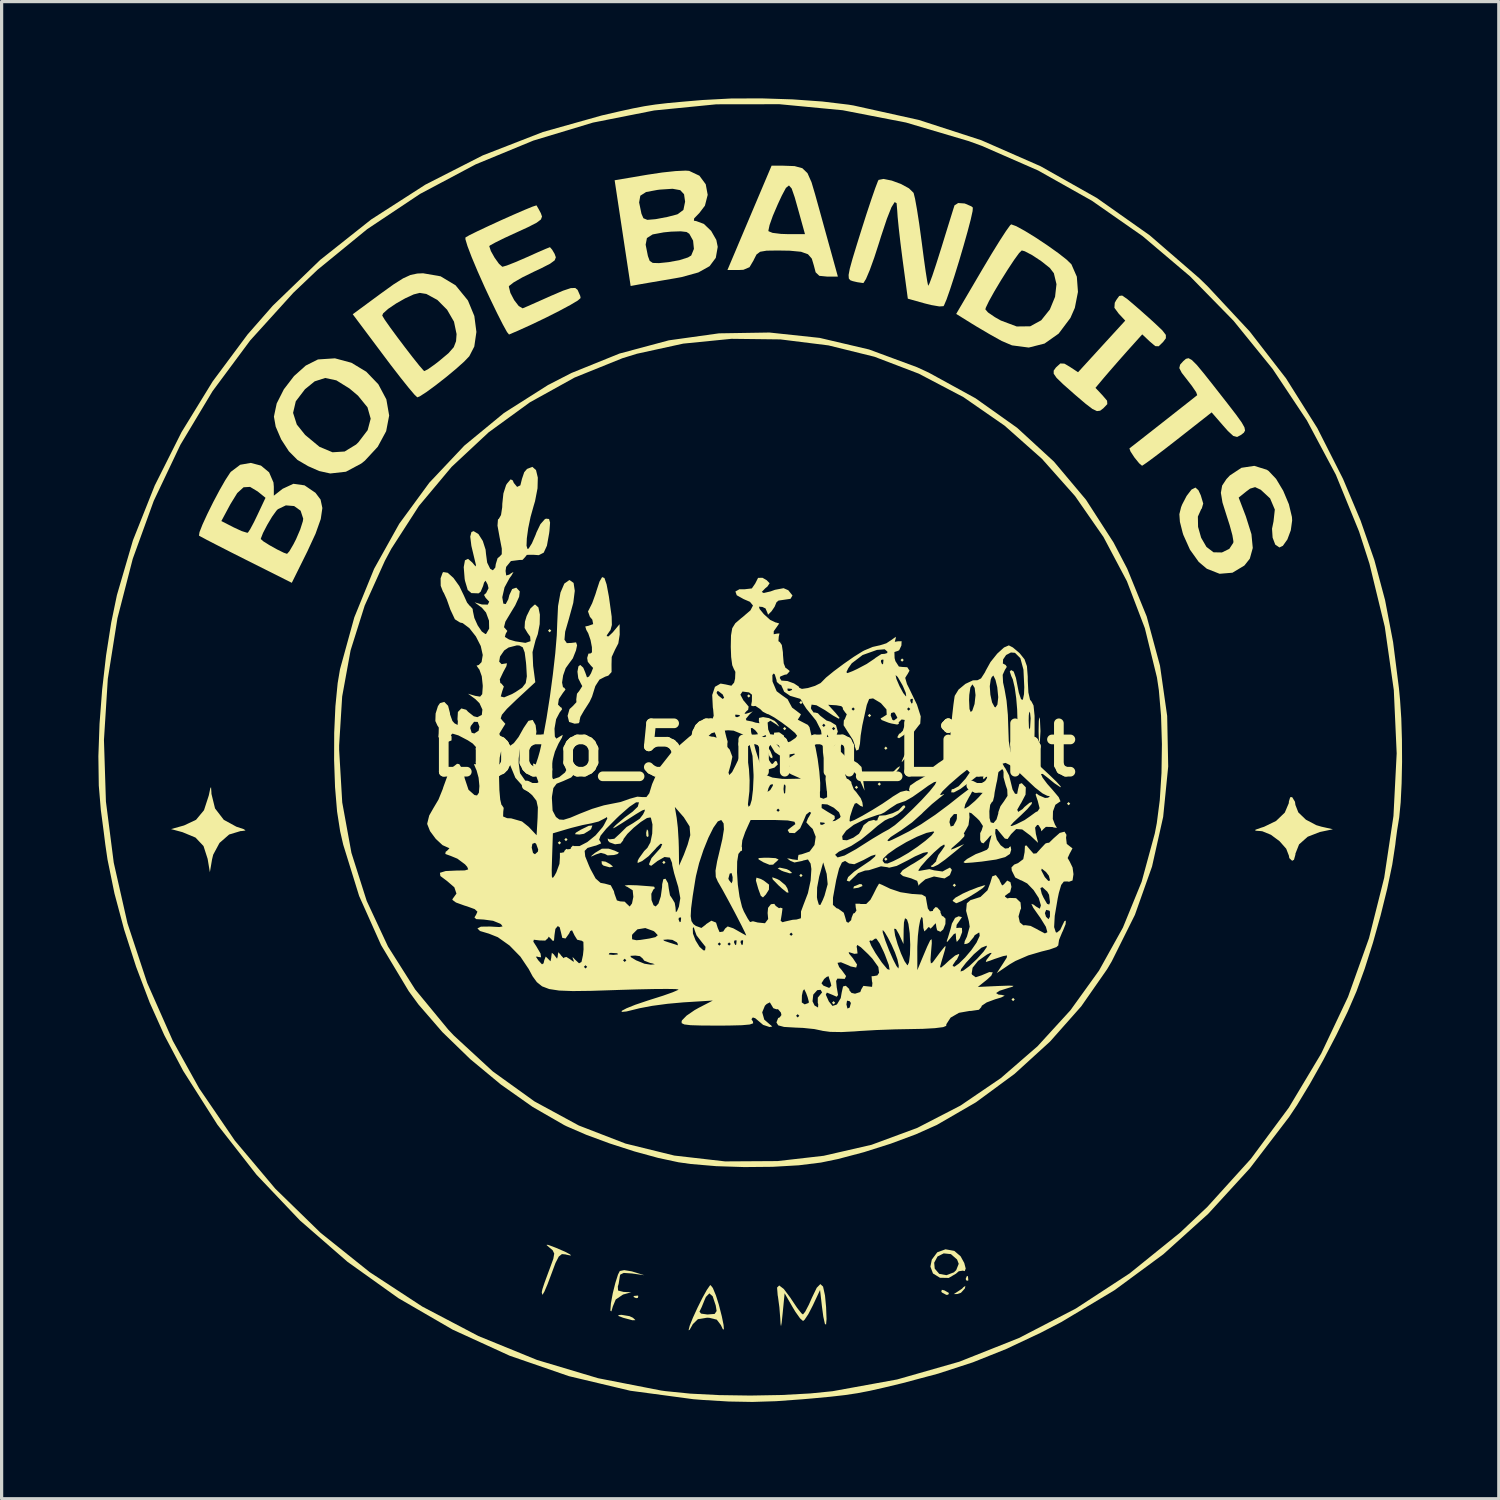
<source format=kicad_pcb>
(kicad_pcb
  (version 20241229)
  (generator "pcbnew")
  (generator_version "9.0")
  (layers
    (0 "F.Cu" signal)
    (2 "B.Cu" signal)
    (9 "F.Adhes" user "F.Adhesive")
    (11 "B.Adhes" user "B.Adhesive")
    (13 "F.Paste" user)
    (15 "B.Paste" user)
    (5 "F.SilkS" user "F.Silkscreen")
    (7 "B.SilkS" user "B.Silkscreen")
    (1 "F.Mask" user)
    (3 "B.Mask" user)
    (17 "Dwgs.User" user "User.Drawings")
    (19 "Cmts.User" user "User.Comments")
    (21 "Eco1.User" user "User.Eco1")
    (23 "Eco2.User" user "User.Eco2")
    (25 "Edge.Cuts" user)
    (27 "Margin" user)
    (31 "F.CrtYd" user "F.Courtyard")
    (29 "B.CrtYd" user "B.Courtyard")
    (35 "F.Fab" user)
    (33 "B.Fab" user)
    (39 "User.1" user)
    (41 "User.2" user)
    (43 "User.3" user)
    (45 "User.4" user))
  (footprint "Logo_50mm_Light"
    (layer "F.Cu")
    (at 20.316 20.198)
    (property "Reference" "Logo_50mm_Light" (at 0 0 0) (layer "F.SilkS") (effects (font (size 1.5 1.5) (thickness 0.3))))
    (attr board_only exclude_from_pos_files exclude_from_bom)
    (fp_poly (pts (xy -6.274 -3.694) (xy -6.325 -3.643) (xy -6.375 -3.694) (xy -6.325 -3.744)) (stroke (width 0) (type solid)) (fill yes) (layer "F.SilkS"))
    (fp_poly (pts (xy -5.971 2.884) (xy -6.021 2.935) (xy -6.072 2.884) (xy -6.021 2.833)) (stroke (width 0) (type solid)) (fill yes) (layer "F.SilkS"))
    (fp_poly (pts (xy -5.768 2.783) (xy -5.819 2.833) (xy -5.869 2.783) (xy -5.819 2.732)) (stroke (width 0) (type solid)) (fill yes) (layer "F.SilkS"))
    (fp_poly (pts (xy -2.732 3.491) (xy -2.783 3.542) (xy -2.833 3.491) (xy -2.783 3.441)) (stroke (width 0) (type solid)) (fill yes) (layer "F.SilkS"))
    (fp_poly (pts (xy -0.101 -1.67) (xy -0.152 -1.619) (xy -0.202 -1.67) (xy -0.152 -1.72)) (stroke (width 0) (type solid)) (fill yes) (layer "F.SilkS"))
    (fp_poly (pts (xy 1.012 -0.658) (xy 0.961 -0.607) (xy 0.911 -0.658) (xy 0.961 -0.708)) (stroke (width 0) (type solid)) (fill yes) (layer "F.SilkS"))
    (fp_poly (pts (xy 1.518 -1.467) (xy 1.467 -1.417) (xy 1.417 -1.467) (xy 1.467 -1.518)) (stroke (width 0) (type solid)) (fill yes) (layer "F.SilkS"))
    (fp_poly (pts (xy 1.518 3.896) (xy 1.467 3.947) (xy 1.417 3.896) (xy 1.467 3.845)) (stroke (width 0) (type solid)) (fill yes) (layer "F.SilkS"))
    (fp_poly (pts (xy 2.53 7.843) (xy 2.479 7.893) (xy 2.429 7.843) (xy 2.479 7.792)) (stroke (width 0) (type solid)) (fill yes) (layer "F.SilkS"))
    (fp_poly (pts (xy 3.238 1.164) (xy 3.188 1.214) (xy 3.137 1.164) (xy 3.188 1.113)) (stroke (width 0) (type solid)) (fill yes) (layer "F.SilkS"))
    (fp_poly (pts (xy 3.643 -1.063) (xy 3.592 -1.012) (xy 3.542 -1.063) (xy 3.592 -1.113)) (stroke (width 0) (type solid)) (fill yes) (layer "F.SilkS"))
    (fp_poly (pts (xy 3.947 1.063) (xy 3.896 1.113) (xy 3.845 1.063) (xy 3.896 1.012)) (stroke (width 0) (type solid)) (fill yes) (layer "F.SilkS"))
    (fp_poly (pts (xy 4.149 -0.051) (xy 4.098 0) (xy 4.048 -0.051) (xy 4.098 -0.101)) (stroke (width 0) (type solid)) (fill yes) (layer "F.SilkS"))
    (fp_poly (pts (xy 4.149 3.39) (xy 4.098 3.441) (xy 4.048 3.39) (xy 4.098 3.339)) (stroke (width 0) (type solid)) (fill yes) (layer "F.SilkS"))
    (fp_poly (pts (xy 4.655 -2.783) (xy 4.604 -2.732) (xy 4.554 -2.783) (xy 4.604 -2.833)) (stroke (width 0) (type solid)) (fill yes) (layer "F.SilkS"))
    (fp_poly (pts (xy 6.274 4.2) (xy 6.224 4.25) (xy 6.173 4.2) (xy 6.224 4.149)) (stroke (width 0) (type solid)) (fill yes) (layer "F.SilkS"))
    (fp_poly (pts (xy 8.096 7.741) (xy 8.045 7.792) (xy 7.994 7.741) (xy 8.045 7.691)) (stroke (width 0) (type solid)) (fill yes) (layer "F.SilkS"))
    (fp_poly (pts (xy 9.816 1.67) (xy 9.765 1.72) (xy 9.715 1.67) (xy 9.765 1.619)) (stroke (width 0) (type solid)) (fill yes) (layer "F.SilkS"))
    (fp_poly (pts (xy -3.576 16.933) (xy -3.589 16.993) (xy -3.643 17.001) (xy -3.726 16.964) (xy -3.71 16.933) (xy -3.59 16.921)) (stroke (width 0) (type solid)) (fill yes) (layer "F.SilkS"))
    (fp_poly (pts (xy -3.27 2.511) (xy -3.258 2.669) (xy -3.278 2.705) (xy -3.324 2.675) (xy -3.331 2.572) (xy -3.307 2.464)) (stroke (width 0) (type solid)) (fill yes) (layer "F.SilkS"))
    (fp_poly (pts (xy 6.645 16.326) (xy 6.657 16.446) (xy 6.645 16.461) (xy 6.585 16.447) (xy 6.578 16.394) (xy 6.615 16.31)) (stroke (width 0) (type solid)) (fill yes) (layer "F.SilkS"))
    (fp_poly (pts (xy 0.518 0.033) (xy 0.585 0.201) (xy 0.578 0.265) (xy 0.509 0.229) (xy 0.468 0.148) (xy 0.411 -0.044) (xy 0.434 -0.083)) (stroke (width 0) (type solid)) (fill yes) (layer "F.SilkS"))
    (fp_poly (pts (xy 3.353 4.17) (xy 3.377 4.223) (xy 3.246 4.277) (xy 3.09 4.3) (xy 3.109 4.238) (xy 3.114 4.233) (xy 3.289 4.162)) (stroke (width 0) (type solid)) (fill yes) (layer "F.SilkS"))
    (fp_poly (pts (xy 5.915 16.76) (xy 6.057 16.841) (xy 6.033 16.894) (xy 5.976 16.9) (xy 5.839 16.826) (xy 5.819 16.8) (xy 5.836 16.742)) (stroke (width 0) (type solid)) (fill yes) (layer "F.SilkS"))
    (fp_poly (pts (xy -4.593 3.467) (xy -4.453 3.542) (xy -4.358 3.62) (xy -4.449 3.641) (xy -4.472 3.641) (xy -4.655 3.59) (xy -4.706 3.542) (xy -4.714 3.452)) (stroke (width 0) (type solid)) (fill yes) (layer "F.SilkS"))
    (fp_poly (pts (xy 1.026 3.699) (xy 1.113 3.744) (xy 1.193 3.82) (xy 1.119 3.83) (xy 0.931 3.773) (xy 0.86 3.744) (xy 0.746 3.675) (xy 0.81 3.652)) (stroke (width 0) (type solid)) (fill yes) (layer "F.SilkS"))
    (fp_poly (pts (xy 4.514 0.569) (xy 4.402 0.708) (xy 4.25 0.858) (xy 4.168 0.911) (xy 4.189 0.848) (xy 4.301 0.708) (xy 4.453 0.559) (xy 4.535 0.506)) (stroke (width 0) (type solid)) (fill yes) (layer "F.SilkS"))
    (fp_poly (pts (xy 4.857 -0.036) (xy 4.8 0.112) (xy 4.7 0.259) (xy 4.595 0.383) (xy 4.595 0.349) (xy 4.663 0.202) (xy 4.784 -0.034) (xy 4.844 -0.1)) (stroke (width 0) (type solid)) (fill yes) (layer "F.SilkS"))
    (fp_poly (pts (xy 6.552 16.697) (xy 6.428 16.835) (xy 6.316 16.873) (xy 6.204 16.875) (xy 6.274 16.832) (xy 6.462 16.708) (xy 6.509 16.657) (xy 6.564 16.62)) (stroke (width 0) (type solid)) (fill yes) (layer "F.SilkS"))
    (fp_poly (pts (xy 7.254 0.774) (xy 7.235 0.81) (xy 7.14 0.906) (xy 7.122 0.911) (xy 7.115 0.845) (xy 7.134 0.81) (xy 7.23 0.713) (xy 7.247 0.708)) (stroke (width 0) (type solid)) (fill yes) (layer "F.SilkS"))
    (fp_poly (pts (xy -5.035 2.447) (xy -5.06 2.479) (xy -5.26 2.604) (xy -5.401 2.627) (xy -5.538 2.616) (xy -5.512 2.569) (xy -5.363 2.479) (xy -5.114 2.357) (xy -4.999 2.346)) (stroke (width 0) (type solid)) (fill yes) (layer "F.SilkS"))
    (fp_poly (pts (xy -3.85 17.559) (xy -3.744 17.608) (xy -3.664 17.683) (xy -3.76 17.686) (xy -4.018 17.617) (xy -4.048 17.608) (xy -4.204 17.549) (xy -4.174 17.524) (xy -4.098 17.518)) (stroke (width 0) (type solid)) (fill yes) (layer "F.SilkS"))
    (fp_poly (pts (xy 0.725 4.004) (xy 0.804 4.045) (xy 0.987 4.199) (xy 1.047 4.298) (xy 1.083 4.424) (xy 1.032 4.425) (xy 0.871 4.294) (xy 0.769 4.2) (xy 0.591 4.017) (xy 0.577 3.951)) (stroke (width 0) (type solid)) (fill yes) (layer "F.SilkS"))
    (fp_poly (pts (xy 8.875 -0.956) (xy 8.877 -0.936) (xy 8.894 -0.581) (xy 8.877 -0.278) (xy 8.857 -0.202) (xy 8.843 -0.305) (xy 8.836 -0.566) (xy 8.836 -0.607) (xy 8.842 -0.885) (xy 8.855 -1.009)) (stroke (width 0) (type solid)) (fill yes) (layer "F.SilkS"))
    (fp_poly (pts (xy 0.213 4.001) (xy 0.31 4.051) (xy 0.478 4.18) (xy 0.475 4.333) (xy 0.379 4.486) (xy 0.29 4.577) (xy 0.223 4.527) (xy 0.143 4.307) (xy 0.142 4.303) (xy 0.071 4.053) (xy 0.088 3.963)) (stroke (width 0) (type solid)) (fill yes) (layer "F.SilkS"))
    (fp_poly (pts (xy 0.682 3.359) (xy 0.771 3.399) (xy 0.759 3.418) (xy 0.624 3.539) (xy 0.607 3.56) (xy 0.493 3.565) (xy 0.303 3.487) (xy 0.153 3.397) (xy 0.152 3.357) (xy 0.323 3.346) (xy 0.455 3.345)) (stroke (width 0) (type solid)) (fill yes) (layer "F.SilkS"))
    (fp_poly (pts (xy -4.306 3.127) (xy -4.173 3.19) (xy -4.225 3.233) (xy -4.331 3.262) (xy -4.528 3.273) (xy -4.61 3.228) (xy -4.737 3.195) (xy -4.889 3.244) (xy -5.04 3.313) (xy -5.021 3.281) (xy -4.914 3.193) (xy -4.705 3.066) (xy -4.494 3.065)) (stroke (width 0) (type solid)) (fill yes) (layer "F.SilkS"))
    (fp_poly (pts (xy 7.106 4.285) (xy 6.912 4.419) (xy 6.668 4.569) (xy 6.438 4.694) (xy 6.288 4.755) (xy 6.276 4.756) (xy 6.176 4.69) (xy 6.173 4.668) (xy 6.258 4.584) (xy 6.479 4.461) (xy 6.679 4.37) (xy 6.957 4.262) (xy 7.141 4.204) (xy 7.185 4.204)) (stroke (width 0) (type solid)) (fill yes) (layer "F.SilkS"))
    (fp_poly (pts (xy 6.459 5.189) (xy 6.396 5.282) (xy 6.294 5.427) (xy 6.285 5.526) (xy 6.375 5.516) (xy 6.375 5.515) (xy 6.459 5.523) (xy 6.465 5.652) (xy 6.395 5.837) (xy 6.375 5.869) (xy 6.299 5.957) (xy 6.276 5.858) (xy 6.276 5.825) (xy 6.266 5.689) (xy 6.21 5.711) (xy 6.114 5.825) (xy 5.999 5.959) (xy 5.986 5.935) (xy 6.026 5.819) (xy 6.109 5.546) (xy 6.147 5.389) (xy 6.246 5.211) (xy 6.357 5.161)) (stroke (width 0) (type solid)) (fill yes) (layer "F.SilkS"))
    (fp_poly (pts (xy -3.774 16.171) (xy -3.733 16.184) (xy -3.39 16.29) (xy -3.77 16.236) (xy -4.028 16.219) (xy -4.137 16.273) (xy -4.149 16.33) (xy -4.185 16.558) (xy -4.21 16.638) (xy -4.203 16.765) (xy -4.033 16.808) (xy -3.795 16.819) (xy -4.048 16.889) (xy -4.275 17.042) (xy -4.365 17.258) (xy -4.41 17.411) (xy -4.439 17.393) (xy -4.441 17.374) (xy -4.424 17.158) (xy -4.367 16.85) (xy -4.287 16.528) (xy -4.205 16.269) (xy -4.149 16.159) (xy -4.013 16.132)) (stroke (width 0) (type solid)) (fill yes) (layer "F.SilkS"))
    (fp_poly (pts (xy -16.812 1.304) (xy -16.81 1.366) (xy -16.699 1.817) (xy -16.428 2.17) (xy -16.037 2.384) (xy -15.804 2.462) (xy -15.753 2.501) (xy -15.868 2.518) (xy -15.907 2.519) (xy -16.261 2.626) (xy -16.56 2.887) (xy -16.756 3.252) (xy -16.791 3.396) (xy -16.859 3.795) (xy -16.928 3.382) (xy -17.056 2.984) (xy -17.304 2.721) (xy -17.709 2.553) (xy -18.063 2.458) (xy -17.659 2.345) (xy -17.288 2.17) (xy -17.041 1.872) (xy -16.893 1.417) (xy -16.893 1.417) (xy -16.845 1.192) (xy -16.823 1.157)) (stroke (width 0) (type solid)) (fill yes) (layer "F.SilkS"))
    (fp_poly (pts (xy -6.173 15.423) (xy -6.122 15.443) (xy -5.848 15.561) (xy -5.688 15.646) (xy -5.664 15.682) (xy -5.801 15.654) (xy -5.825 15.646) (xy -5.944 15.635) (xy -6.041 15.711) (xy -6.143 15.91) (xy -6.266 16.241) (xy -6.389 16.568) (xy -6.49 16.804) (xy -6.549 16.899) (xy -6.55 16.9) (xy -6.569 16.82) (xy -6.549 16.723) (xy -6.484 16.526) (xy -6.375 16.229) (xy -6.314 16.066) (xy -6.21 15.78) (xy -6.182 15.619) (xy -6.231 15.517) (xy -6.329 15.434) (xy -6.424 15.351) (xy -6.379 15.347)) (stroke (width 0) (type solid)) (fill yes) (layer "F.SilkS"))
    (fp_poly (pts (xy 6.222 15.536) (xy 6.416 15.702) (xy 6.531 15.911) (xy 6.576 16.084) (xy 6.544 16.164) (xy 6.488 16.148) (xy 6.359 16.168) (xy 6.273 16.243) (xy 6.05 16.374) (xy 5.778 16.369) (xy 5.561 16.236) (xy 5.481 16.023) (xy 5.505 15.903) (xy 5.598 15.903) (xy 5.615 16.085) (xy 5.755 16.248) (xy 5.979 16.289) (xy 6.209 16.201) (xy 6.281 16.132) (xy 6.359 15.936) (xy 6.308 15.803) (xy 6.117 15.636) (xy 5.894 15.613) (xy 5.701 15.71) (xy 5.598 15.903) (xy 5.505 15.903) (xy 5.525 15.806) (xy 5.694 15.579) (xy 5.95 15.486)) (stroke (width 0) (type solid)) (fill yes) (layer "F.SilkS"))
    (fp_poly (pts (xy 16.785 1.611) (xy 16.798 1.709) (xy 16.889 1.941) (xy 17.123 2.166) (xy 17.447 2.337) (xy 17.608 2.384) (xy 17.962 2.463) (xy 17.557 2.548) (xy 17.179 2.695) (xy 16.912 2.932) (xy 16.799 3.218) (xy 16.798 3.249) (xy 16.754 3.408) (xy 16.697 3.441) (xy 16.609 3.358) (xy 16.596 3.281) (xy 16.513 3.067) (xy 16.306 2.833) (xy 16.038 2.634) (xy 15.774 2.526) (xy 15.718 2.519) (xy 15.556 2.507) (xy 15.558 2.478) (xy 15.736 2.415) (xy 15.825 2.387) (xy 16.198 2.206) (xy 16.469 1.946) (xy 16.593 1.654) (xy 16.596 1.602) (xy 16.637 1.469) (xy 16.697 1.467)) (stroke (width 0) (type solid)) (fill yes) (layer "F.SilkS"))
    (fp_poly (pts (xy -1.265 16.685) (xy -1.168 16.918) (xy -1.079 17.202) (xy -0.986 17.565) (xy -0.932 17.831) (xy -0.921 17.972) (xy -0.955 17.964) (xy -1.015 17.836) (xy -1.142 17.668) (xy -1.377 17.61) (xy -1.449 17.608) (xy -1.728 17.653) (xy -1.887 17.809) (xy -1.9 17.836) (xy -1.984 17.982) (xy -2.017 17.997) (xy -1.982 17.856) (xy -1.881 17.605) (xy -1.796 17.42) (xy -1.679 17.42) (xy -1.63 17.48) (xy -1.44 17.507) (xy -1.421 17.507) (xy -1.208 17.49) (xy -1.147 17.4) (xy -1.175 17.228) (xy -1.27 16.942) (xy -1.373 16.853) (xy -1.48 16.964) (xy -1.517 17.049) (xy -1.612 17.282) (xy -1.679 17.42) (xy -1.796 17.42) (xy -1.741 17.3) (xy -1.589 16.995) (xy -1.451 16.746) (xy -1.355 16.608) (xy -1.336 16.596)) (stroke (width 0) (type solid)) (fill yes) (layer "F.SilkS"))
    (fp_poly (pts (xy 2.153 16.643) (xy 2.213 16.917) (xy 2.247 17.277) (xy 2.261 17.649) (xy 2.246 17.823) (xy 2.21 17.798) (xy 2.161 17.576) (xy 2.12 17.273) (xy 2.06 16.748) (xy 1.835 17.228) (xy 1.695 17.499) (xy 1.578 17.673) (xy 1.532 17.709) (xy 1.441 17.629) (xy 1.296 17.425) (xy 1.208 17.279) (xy 0.961 16.849) (xy 0.902 17.456) (xy 0.87 17.759) (xy 0.849 17.871) (xy 0.835 17.801) (xy 0.827 17.646) (xy 0.799 17.286) (xy 0.754 16.951) (xy 0.746 16.912) (xy 0.727 16.673) (xy 0.793 16.608) (xy 0.934 16.715) (xy 1.14 16.989) (xy 1.18 17.051) (xy 1.351 17.306) (xy 1.483 17.471) (xy 1.53 17.507) (xy 1.599 17.421) (xy 1.714 17.201) (xy 1.81 16.983) (xy 1.957 16.679) (xy 2.069 16.565)) (stroke (width 0) (type solid)) (fill yes) (layer "F.SilkS"))
    (fp_poly (pts (xy -12.471 -12.001) (xy -12.01 -11.723) (xy -11.636 -11.334) (xy -11.387 -10.865) (xy -11.3 -10.365) (xy -11.393 -9.879) (xy -11.654 -9.396) (xy -12.051 -8.967) (xy -12.165 -8.876) (xy -12.641 -8.622) (xy -13.127 -8.568) (xy -13.471 -8.644) (xy -13.815 -8.796) (xy -14.139 -8.986) (xy -14.145 -8.99) (xy -14.41 -9.257) (xy -14.649 -9.626) (xy -14.818 -10.019) (xy -14.873 -10.329) (xy -14.849 -10.447) (xy -14.279 -10.447) (xy -14.164 -10.086) (xy -13.904 -9.762) (xy -13.461 -9.395) (xy -13.056 -9.225) (xy -12.68 -9.249) (xy -12.325 -9.466) (xy -12.253 -9.536) (xy -11.967 -9.911) (xy -11.873 -10.267) (xy -11.972 -10.619) (xy -12.267 -10.981) (xy -12.531 -11.203) (xy -12.937 -11.455) (xy -13.284 -11.529) (xy -13.61 -11.424) (xy -13.911 -11.179) (xy -14.195 -10.806) (xy -14.279 -10.447) (xy -14.849 -10.447) (xy -14.787 -10.739) (xy -14.565 -11.178) (xy -14.25 -11.588) (xy -13.885 -11.914) (xy -13.515 -12.1) (xy -13.502 -12.104) (xy -12.981 -12.138)) (stroke (width 0) (type solid)) (fill yes) (layer "F.SilkS"))
    (fp_poly (pts (xy 13.587 -12.086) (xy 13.738 -11.936) (xy 13.96 -11.669) (xy 14.279 -11.266) (xy 14.321 -11.212) (xy 14.696 -10.733) (xy 14.961 -10.389) (xy 15.131 -10.152) (xy 15.218 -9.998) (xy 15.237 -9.901) (xy 15.202 -9.835) (xy 15.127 -9.775) (xy 15.113 -9.764) (xy 14.991 -9.7) (xy 14.871 -9.732) (xy 14.706 -9.884) (xy 14.564 -10.044) (xy 14.201 -10.462) (xy 13.147 -9.634) (xy 12.753 -9.328) (xy 12.419 -9.074) (xy 12.174 -8.894) (xy 12.05 -8.811) (xy 12.042 -8.808) (xy 11.954 -8.883) (xy 11.81 -9.06) (xy 11.805 -9.067) (xy 11.685 -9.251) (xy 11.651 -9.345) (xy 11.653 -9.346) (xy 11.736 -9.411) (xy 11.942 -9.571) (xy 12.234 -9.8) (xy 12.577 -10.069) (xy 12.933 -10.349) (xy 13.267 -10.612) (xy 13.542 -10.828) (xy 13.722 -10.971) (xy 13.754 -10.996) (xy 13.721 -11.087) (xy 13.589 -11.282) (xy 13.463 -11.445) (xy 13.273 -11.69) (xy 13.198 -11.836) (xy 13.224 -11.943) (xy 13.321 -12.051) (xy 13.404 -12.123) (xy 13.485 -12.142)) (stroke (width 0) (type solid)) (fill yes) (layer "F.SilkS"))
    (fp_poly (pts (xy 11.581 -13.978) (xy 11.682 -13.894) (xy 11.938 -13.674) (xy 12.252 -13.396) (xy 12.429 -13.235) (xy 12.67 -13.007) (xy 12.781 -12.864) (xy 12.782 -12.76) (xy 12.695 -12.644) (xy 12.69 -12.639) (xy 12.559 -12.512) (xy 12.453 -12.516) (xy 12.288 -12.656) (xy 12.281 -12.662) (xy 12.049 -12.881) (xy 11.604 -12.386) (xy 11.318 -12.063) (xy 11.04 -11.744) (xy 10.879 -11.557) (xy 10.599 -11.223) (xy 10.816 -10.992) (xy 10.959 -10.824) (xy 10.966 -10.718) (xy 10.842 -10.588) (xy 10.842 -10.588) (xy 10.744 -10.514) (xy 10.644 -10.502) (xy 10.505 -10.568) (xy 10.29 -10.732) (xy 9.964 -11.01) (xy 9.928 -11.042) (xy 9.595 -11.336) (xy 9.394 -11.531) (xy 9.304 -11.661) (xy 9.303 -11.756) (xy 9.37 -11.85) (xy 9.376 -11.857) (xy 9.51 -11.979) (xy 9.637 -11.973) (xy 9.802 -11.876) (xy 10.059 -11.707) (xy 10.79 -12.507) (xy 11.522 -13.307) (xy 11.319 -13.524) (xy 11.186 -13.705) (xy 11.197 -13.86) (xy 11.245 -13.947) (xy 11.335 -14.072) (xy 11.426 -14.085)) (stroke (width 0) (type solid)) (fill yes) (layer "F.SilkS"))
    (fp_poly (pts (xy 8.141 -16.236) (xy 8.411 -16.088) (xy 8.749 -15.88) (xy 9.109 -15.64) (xy 9.444 -15.402) (xy 9.708 -15.195) (xy 9.853 -15.053) (xy 10.021 -14.669) (xy 10.056 -14.197) (xy 9.959 -13.702) (xy 9.822 -13.39) (xy 9.457 -12.904) (xy 9.02 -12.596) (xy 8.531 -12.472) (xy 8.011 -12.54) (xy 7.691 -12.676) (xy 7.321 -12.883) (xy 6.915 -13.122) (xy 6.758 -13.218) (xy 6.281 -13.515) (xy 6.363 -13.656) (xy 7.185 -13.656) (xy 7.267 -13.561) (xy 7.478 -13.416) (xy 7.666 -13.31) (xy 8.156 -13.126) (xy 8.576 -13.131) (xy 8.917 -13.318) (xy 9.185 -13.653) (xy 9.346 -14.045) (xy 9.39 -14.437) (xy 9.309 -14.776) (xy 9.183 -14.941) (xy 8.917 -15.152) (xy 8.637 -15.337) (xy 8.406 -15.458) (xy 8.314 -15.483) (xy 8.231 -15.402) (xy 8.076 -15.189) (xy 7.878 -14.889) (xy 7.663 -14.547) (xy 7.46 -14.206) (xy 7.297 -13.913) (xy 7.2 -13.711) (xy 7.185 -13.656) (xy 6.363 -13.656) (xy 7.096 -14.904) (xy 7.377 -15.375) (xy 7.626 -15.778) (xy 7.823 -16.082) (xy 7.951 -16.26) (xy 7.986 -16.292)) (stroke (width 0) (type solid)) (fill yes) (layer "F.SilkS"))
    (fp_poly (pts (xy 1.27 -18.098) (xy 1.51 -18.033) (xy 1.67 -17.879) (xy 1.795 -17.598) (xy 1.907 -17.22) (xy 2.042 -16.734) (xy 2.199 -16.165) (xy 2.348 -15.626) (xy 2.367 -15.559) (xy 2.612 -14.673) (xy 2.272 -14.673) (xy 2.037 -14.696) (xy 1.923 -14.805) (xy 1.867 -15.018) (xy 1.804 -15.229) (xy 1.685 -15.365) (xy 1.47 -15.442) (xy 1.121 -15.475) (xy 0.746 -15.481) (xy 0.401 -15.476) (xy 0.202 -15.442) (xy 0.089 -15.357) (xy 0.007 -15.197) (xy 0 -15.179) (xy -0.127 -14.964) (xy -0.317 -14.883) (xy -0.469 -14.876) (xy -0.812 -14.876) (xy -0.673 -15.205) (xy -0.582 -15.419) (xy -0.432 -15.775) (xy -0.295 -16.099) (xy 0.458 -16.099) (xy 0.462 -16.079) (xy 0.587 -16.028) (xy 0.847 -15.996) (xy 1.055 -15.989) (xy 1.592 -15.989) (xy 1.403 -16.672) (xy 1.274 -17.131) (xy 1.179 -17.404) (xy 1.096 -17.498) (xy 1.002 -17.422) (xy 0.875 -17.185) (xy 0.749 -16.914) (xy 0.596 -16.557) (xy 0.494 -16.269) (xy 0.458 -16.099) (xy -0.295 -16.099) (xy -0.242 -16.224) (xy -0.031 -16.723) (xy 0.011 -16.822) (xy 0.557 -18.111) (xy 0.911 -18.111)) (stroke (width 0) (type solid)) (fill yes) (layer "F.SilkS"))
    (fp_poly (pts (xy -9.705 -14.681) (xy -9.242 -14.403) (xy -8.868 -13.945) (xy -8.854 -13.922) (xy -8.659 -13.45) (xy -8.595 -12.956) (xy -8.661 -12.503) (xy -8.816 -12.202) (xy -8.977 -12.034) (xy -9.235 -11.804) (xy -9.545 -11.547) (xy -9.865 -11.297) (xy -10.149 -11.089) (xy -10.355 -10.957) (xy -10.427 -10.929) (xy -10.51 -11.006) (xy -10.691 -11.219) (xy -10.947 -11.539) (xy -11.257 -11.94) (xy -11.465 -12.217) (xy -12.398 -13.463) (xy -11.515 -13.463) (xy -11.436 -13.333) (xy -11.27 -13.097) (xy -11.048 -12.795) (xy -10.803 -12.47) (xy -10.566 -12.163) (xy -10.367 -11.914) (xy -10.239 -11.766) (xy -10.209 -11.742) (xy -10.101 -11.798) (xy -9.893 -11.944) (xy -9.755 -12.051) (xy -9.461 -12.297) (xy -9.297 -12.484) (xy -9.226 -12.669) (xy -9.21 -12.89) (xy -9.29 -13.275) (xy -9.504 -13.645) (xy -9.805 -13.948) (xy -10.147 -14.134) (xy -10.352 -14.167) (xy -10.539 -14.12) (xy -10.802 -13.999) (xy -11.084 -13.839) (xy -11.331 -13.672) (xy -11.488 -13.531) (xy -11.515 -13.463) (xy -12.398 -13.463) (xy -12.429 -13.505) (xy -11.567 -14.14) (xy -11.163 -14.431) (xy -10.869 -14.617) (xy -10.64 -14.722) (xy -10.429 -14.767) (xy -10.248 -14.775)) (stroke (width 0) (type solid)) (fill yes) (layer "F.SilkS"))
    (fp_poly (pts (xy 15.909 -8.684) (xy 15.968 -8.645) (xy 16.199 -8.401) (xy 16.42 -8.032) (xy 16.596 -7.614) (xy 16.69 -7.222) (xy 16.697 -7.11) (xy 16.655 -6.806) (xy 16.549 -6.522) (xy 16.409 -6.325) (xy 16.303 -6.274) (xy 16.173 -6.362) (xy 16.091 -6.579) (xy 16.073 -6.855) (xy 16.119 -7.08) (xy 16.16 -7.449) (xy 16.013 -7.795) (xy 15.725 -8.062) (xy 15.549 -8.145) (xy 15.393 -8.098) (xy 15.276 -8.011) (xy 15.039 -7.82) (xy 15.261 -7.24) (xy 15.435 -6.686) (xy 15.476 -6.258) (xy 15.384 -5.926) (xy 15.215 -5.713) (xy 14.846 -5.491) (xy 14.448 -5.458) (xy 14.052 -5.614) (xy 13.801 -5.825) (xy 13.529 -6.205) (xy 13.323 -6.664) (xy 13.303 -6.727) (xy 13.217 -7.068) (xy 13.2 -7.305) (xy 13.253 -7.521) (xy 13.287 -7.607) (xy 13.425 -7.872) (xy 13.571 -8.062) (xy 13.582 -8.072) (xy 13.7 -8.131) (xy 13.792 -8.047) (xy 13.865 -7.889) (xy 13.94 -7.636) (xy 13.896 -7.483) (xy 13.878 -7.463) (xy 13.774 -7.231) (xy 13.78 -6.912) (xy 13.875 -6.576) (xy 14.04 -6.291) (xy 14.255 -6.127) (xy 14.264 -6.124) (xy 14.52 -6.119) (xy 14.749 -6.231) (xy 14.871 -6.417) (xy 14.876 -6.464) (xy 14.844 -6.655) (xy 14.761 -6.961) (xy 14.673 -7.235) (xy 14.537 -7.667) (xy 14.487 -7.968) (xy 14.526 -8.192) (xy 14.659 -8.393) (xy 14.767 -8.508) (xy 15.125 -8.744) (xy 15.523 -8.804)) (stroke (width 0) (type solid)) (fill yes) (layer "F.SilkS"))
    (fp_poly (pts (xy -15.275 -8.812) (xy -15.023 -8.604) (xy -14.887 -8.289) (xy -14.876 -8.158) (xy -14.876 -7.879) (xy -14.602 -8.094) (xy -14.27 -8.248) (xy -13.924 -8.2) (xy -13.585 -7.969) (xy -13.427 -7.759) (xy -13.371 -7.497) (xy -13.421 -7.155) (xy -13.581 -6.704) (xy -13.838 -6.148) (xy -14.319 -5.178) (xy -15.736 -5.889) (xy -16.224 -6.135) (xy -16.644 -6.35) (xy -16.967 -6.516) (xy -17.001 -6.535) (xy -15.28 -6.535) (xy -15.201 -6.464) (xy -15.01 -6.344) (xy -14.775 -6.213) (xy -14.568 -6.111) (xy -14.466 -6.076) (xy -14.394 -6.156) (xy -14.271 -6.366) (xy -14.187 -6.53) (xy -14.057 -6.833) (xy -13.977 -7.085) (xy -13.965 -7.167) (xy -14.046 -7.414) (xy -14.247 -7.558) (xy -14.503 -7.579) (xy -14.751 -7.46) (xy -14.797 -7.413) (xy -14.93 -7.228) (xy -15.081 -6.974) (xy -15.211 -6.724) (xy -15.278 -6.553) (xy -15.28 -6.535) (xy -17.001 -6.535) (xy -17.158 -6.619) (xy -17.197 -6.642) (xy -17.18 -6.75) (xy -17.086 -6.989) (xy -17.038 -7.093) (xy -16.503 -7.093) (xy -16.119 -6.896) (xy -15.872 -6.782) (xy -15.707 -6.731) (xy -15.68 -6.733) (xy -15.611 -6.836) (xy -15.488 -7.067) (xy -15.38 -7.291) (xy -15.134 -7.814) (xy -15.376 -8.01) (xy -15.613 -8.152) (xy -15.814 -8.14) (xy -16.01 -7.961) (xy -16.221 -7.618) (xy -16.503 -7.093) (xy -17.038 -7.093) (xy -16.936 -7.315) (xy -16.754 -7.682) (xy -16.561 -8.046) (xy -16.38 -8.363) (xy -16.234 -8.587) (xy -16.208 -8.62) (xy -15.919 -8.838) (xy -15.59 -8.896)) (stroke (width 0) (type solid)) (fill yes) (layer "F.SilkS"))
    (fp_poly (pts (xy -1.999 -17.95) (xy -1.681 -17.8) (xy -1.485 -17.535) (xy -1.424 -17.207) (xy -1.51 -16.871) (xy -1.684 -16.642) (xy -1.844 -16.477) (xy -1.852 -16.405) (xy -1.781 -16.394) (xy -1.544 -16.306) (xy -1.317 -16.089) (xy -1.156 -15.808) (xy -1.113 -15.594) (xy -1.173 -15.254) (xy -1.366 -14.995) (xy -1.713 -14.801) (xy -2.233 -14.657) (xy -2.429 -14.621) (xy -2.857 -14.548) (xy -3.238 -14.483) (xy -3.504 -14.437) (xy -3.551 -14.429) (xy -3.813 -14.381) (xy -4.007 -15.662) (xy -3.348 -15.662) (xy -3.279 -15.317) (xy -3.272 -15.294) (xy -3.222 -15.159) (xy -3.127 -15.096) (xy -2.935 -15.09) (xy -2.641 -15.12) (xy -2.302 -15.181) (xy -2.035 -15.266) (xy -1.935 -15.326) (xy -1.851 -15.531) (xy -1.877 -15.788) (xy -1.994 -15.999) (xy -2.079 -16.055) (xy -2.259 -16.076) (xy -2.56 -16.066) (xy -2.785 -16.044) (xy -3.13 -15.98) (xy -3.308 -15.868) (xy -3.348 -15.662) (xy -4.007 -15.662) (xy -4.061 -16.02) (xy -4.205 -16.971) (xy -3.55 -16.971) (xy -3.478 -16.622) (xy -3.417 -16.481) (xy -3.295 -16.431) (xy -3.048 -16.452) (xy -2.999 -16.46) (xy -2.672 -16.522) (xy -2.395 -16.594) (xy -2.353 -16.608) (xy -2.177 -16.74) (xy -2.125 -16.992) (xy -2.125 -17.001) (xy -2.157 -17.225) (xy -2.275 -17.352) (xy -2.513 -17.395) (xy -2.907 -17.369) (xy -2.987 -17.359) (xy -3.335 -17.294) (xy -3.513 -17.18) (xy -3.55 -16.971) (xy -4.205 -16.971) (xy -4.309 -17.659) (xy -3.293 -17.831) (xy -2.832 -17.9) (xy -2.418 -17.944) (xy -2.109 -17.958)) (stroke (width 0) (type solid)) (fill yes) (layer "F.SilkS"))
    (fp_poly (pts (xy 4.283 -17.649) (xy 4.569 -17.543) (xy 4.817 -17.408) (xy 4.957 -17.271) (xy 4.961 -17.263) (xy 5.005 -17.086) (xy 5.065 -16.753) (xy 5.134 -16.31) (xy 5.203 -15.803) (xy 5.212 -15.737) (xy 5.276 -15.246) (xy 5.334 -14.832) (xy 5.381 -14.536) (xy 5.41 -14.394) (xy 5.413 -14.388) (xy 5.454 -14.465) (xy 5.541 -14.7) (xy 5.66 -15.058) (xy 5.801 -15.504) (xy 5.816 -15.55) (xy 5.961 -16.022) (xy 6.087 -16.429) (xy 6.18 -16.729) (xy 6.228 -16.879) (xy 6.228 -16.881) (xy 6.342 -16.953) (xy 6.545 -16.939) (xy 6.75 -16.851) (xy 6.797 -16.812) (xy 6.789 -16.702) (xy 6.731 -16.44) (xy 6.633 -16.067) (xy 6.508 -15.624) (xy 6.369 -15.151) (xy 6.226 -14.69) (xy 6.093 -14.281) (xy 5.982 -13.964) (xy 5.904 -13.781) (xy 5.886 -13.755) (xy 5.759 -13.747) (xy 5.504 -13.791) (xy 5.3 -13.842) (xy 4.781 -13.988) (xy 4.616 -15.216) (xy 4.552 -15.719) (xy 4.5 -16.173) (xy 4.465 -16.525) (xy 4.452 -16.723) (xy 4.433 -16.949) (xy 4.373 -16.982) (xy 4.273 -16.821) (xy 4.132 -16.464) (xy 3.948 -15.911) (xy 3.894 -15.736) (xy 3.742 -15.266) (xy 3.601 -14.875) (xy 3.484 -14.599) (xy 3.407 -14.476) (xy 3.398 -14.472) (xy 3.217 -14.498) (xy 3.075 -14.531) (xy 2.997 -14.559) (xy 2.952 -14.613) (xy 2.945 -14.723) (xy 2.981 -14.916) (xy 3.066 -15.224) (xy 3.203 -15.674) (xy 3.335 -16.096) (xy 3.501 -16.618) (xy 3.651 -17.07) (xy 3.772 -17.418) (xy 3.852 -17.627) (xy 3.874 -17.67) (xy 4.028 -17.7)) (stroke (width 0) (type solid)) (fill yes) (layer "F.SilkS"))
    (fp_poly (pts (xy -4.626 -5.327) (xy -4.558 -5.127) (xy -4.486 -4.745) (xy -4.407 -4.171) (xy -4.401 -4.129) (xy -4.395 -3.87) (xy -4.439 -3.707) (xy -4.454 -3.693) (xy -4.55 -3.554) (xy -4.554 -3.525) (xy -4.5 -3.516) (xy -4.37 -3.639) (xy -4.355 -3.657) (xy -4.156 -3.896) (xy -4.152 -3.574) (xy -4.195 -3.3) (xy -4.297 -3.104) (xy -4.4 -2.879) (xy -4.406 -2.642) (xy -4.404 -2.411) (xy -4.505 -2.3) (xy -4.602 -2.268) (xy -4.78 -2.176) (xy -4.908 -1.976) (xy -5.01 -1.648) (xy -5.086 -1.487) (xy -5.232 -1.258) (xy -5.25 -1.232) (xy -5.371 -1.022) (xy -5.401 -0.886) (xy -5.394 -0.874) (xy -5.425 -0.824) (xy -5.549 -0.81) (xy -5.721 -0.864) (xy -5.768 -1.052) (xy -5.708 -1.263) (xy -5.606 -1.356) (xy -5.494 -1.477) (xy -5.499 -1.562) (xy -5.477 -1.738) (xy -5.404 -1.83) (xy -5.313 -1.974) (xy -5.359 -2.06) (xy -5.437 -2.218) (xy -5.462 -2.423) (xy -5.432 -2.588) (xy -5.375 -2.631) (xy -5.282 -2.546) (xy -5.222 -2.403) (xy -5.166 -2.245) (xy -5.104 -2.272) (xy -5.042 -2.373) (xy -4.977 -2.539) (xy -5.044 -2.609) (xy -5.141 -2.729) (xy -5.161 -2.848) (xy -5.121 -2.983) (xy -5.061 -2.986) (xy -5.012 -3.022) (xy -5.014 -3.183) (xy -5.056 -3.403) (xy -5.128 -3.613) (xy -5.188 -3.719) (xy -5.22 -3.824) (xy -5.123 -3.845) (xy -4.975 -3.897) (xy -5.001 -4.035) (xy -5.076 -4.124) (xy -5.135 -4.29) (xy -5.093 -4.372) (xy -5.005 -4.547) (xy -4.903 -4.828) (xy -4.871 -4.933) (xy -4.777 -5.22) (xy -4.697 -5.355)) (stroke (width 0) (type solid)) (fill yes) (layer "F.SilkS"))
    (fp_poly (pts (xy -6.731 -16.879) (xy -6.671 -16.776) (xy -6.598 -16.64) (xy -6.561 -16.535) (xy -6.594 -16.444) (xy -6.727 -16.343) (xy -6.991 -16.207) (xy -7.343 -16.045) (xy -7.715 -15.874) (xy -8.005 -15.731) (xy -8.172 -15.639) (xy -8.197 -15.617) (xy -8.147 -15.465) (xy -8.029 -15.255) (xy -7.894 -15.067) (xy -7.792 -14.977) (xy -7.787 -14.977) (xy -7.651 -15.016) (xy -7.386 -15.12) (xy -7.048 -15.266) (xy -7.017 -15.28) (xy -6.687 -15.428) (xy -6.437 -15.536) (xy -6.318 -15.583) (xy -6.314 -15.584) (xy -6.247 -15.507) (xy -6.171 -15.378) (xy -6.132 -15.27) (xy -6.168 -15.176) (xy -6.311 -15.071) (xy -6.592 -14.927) (xy -6.825 -14.818) (xy -7.176 -14.645) (xy -7.442 -14.491) (xy -7.58 -14.383) (xy -7.59 -14.362) (xy -7.541 -14.166) (xy -7.424 -13.943) (xy -7.284 -13.761) (xy -7.165 -13.689) (xy -7.153 -13.692) (xy -7.008 -13.753) (xy -6.733 -13.875) (xy -6.38 -14.032) (xy -6.291 -14.072) (xy -5.91 -14.235) (xy -5.669 -14.315) (xy -5.531 -14.32) (xy -5.458 -14.261) (xy -5.375 -14.072) (xy -5.365 -14.007) (xy -5.45 -13.931) (xy -5.682 -13.793) (xy -6.023 -13.61) (xy -6.434 -13.402) (xy -6.878 -13.189) (xy -7.316 -12.99) (xy -7.584 -12.876) (xy -7.646 -12.953) (xy -7.775 -13.186) (xy -7.956 -13.543) (xy -8.174 -13.994) (xy -8.333 -14.333) (xy -8.558 -14.837) (xy -8.742 -15.276) (xy -8.872 -15.618) (xy -8.936 -15.831) (xy -8.935 -15.885) (xy -8.81 -15.957) (xy -8.554 -16.083) (xy -8.212 -16.244) (xy -7.827 -16.421) (xy -7.443 -16.592) (xy -7.104 -16.739) (xy -6.853 -16.842) (xy -6.735 -16.88)) (stroke (width 0) (type solid)) (fill yes) (layer "F.SilkS"))
    (fp_poly (pts (xy 2.047 -12.772) (xy 3.578 -12.413) (xy 5.066 -11.863) (xy 5.428 -11.696) (xy 6.879 -10.9) (xy 8.171 -9.983) (xy 9.311 -8.936) (xy 10.305 -7.753) (xy 11.16 -6.427) (xy 11.583 -5.616) (xy 12.187 -4.135) (xy 12.6 -2.607) (xy 12.822 -1.051) (xy 12.854 0.517) (xy 12.698 2.079) (xy 12.353 3.618) (xy 11.822 5.117) (xy 11.104 6.558) (xy 10.961 6.801) (xy 10.158 7.953) (xy 9.19 9.046) (xy 8.09 10.048) (xy 6.894 10.928) (xy 5.682 11.63) (xy 5.029 11.922) (xy 4.25 12.212) (xy 3.42 12.475) (xy 2.614 12.688) (xy 2.087 12.797) (xy 1.4 12.882) (xy 0.585 12.929) (xy -0.291 12.937) (xy -1.158 12.909) (xy -1.947 12.842) (xy -2.325 12.789) (xy -2.96 12.653) (xy -3.698 12.451) (xy -4.464 12.204) (xy -5.187 11.937) (xy -5.795 11.674) (xy -5.876 11.634) (xy -6.85 11.073) (xy -7.835 10.379) (xy -8.785 9.591) (xy -9.652 8.75) (xy -10.392 7.895) (xy -10.693 7.484) (xy -11.551 6.054) (xy -12.231 4.532) (xy -12.725 2.939) (xy -12.819 2.53) (xy -12.915 1.913) (xy -12.978 1.158) (xy -13.007 0.323) (xy -13.006 0) (xy -12.851 0) (xy -12.755 1.631) (xy -12.47 3.195) (xy -11.996 4.686) (xy -11.336 6.1) (xy -10.492 7.432) (xy -9.466 8.677) (xy -9.291 8.862) (xy -8.086 9.972) (xy -6.793 10.902) (xy -5.42 11.648) (xy -3.973 12.208) (xy -2.459 12.58) (xy -0.885 12.761) (xy 0.742 12.751) (xy 2.172 12.587) (xy 3.656 12.246) (xy 5.074 11.722) (xy 6.414 11.03) (xy 7.66 10.182) (xy 8.801 9.193) (xy 9.822 8.076) (xy 10.709 6.844) (xy 11.45 5.511) (xy 12.031 4.09) (xy 12.438 2.595) (xy 12.5 2.276) (xy 12.593 1.559) (xy 12.646 0.717) (xy 12.659 -0.178) (xy 12.632 -1.058) (xy 12.564 -1.85) (xy 12.505 -2.243) (xy 12.13 -3.771) (xy 11.574 -5.227) (xy 10.848 -6.597) (xy 9.966 -7.867) (xy 8.939 -9.023) (xy 7.782 -10.05) (xy 6.505 -10.935) (xy 5.122 -11.662) (xy 3.747 -12.187) (xy 2.321 -12.539) (xy 0.829 -12.725) (xy -0.685 -12.743) (xy -2.182 -12.594) (xy -3.618 -12.28) (xy -4.068 -12.141) (xy -5.551 -11.542) (xy -6.938 -10.773) (xy -8.214 -9.845) (xy -9.365 -8.771) (xy -10.376 -7.563) (xy -11.233 -6.234) (xy -11.434 -5.858) (xy -12.059 -4.472) (xy -12.496 -3.084) (xy -12.757 -1.653) (xy -12.851 -0.138) (xy -12.851 0) (xy -13.006 0) (xy -13.004 -0.531) (xy -12.967 -1.347) (xy -12.897 -2.066) (xy -12.824 -2.499) (xy -12.381 -4.106) (xy -11.767 -5.612) (xy -10.989 -7.007) (xy -10.055 -8.282) (xy -8.97 -9.431) (xy -7.741 -10.443) (xy -6.375 -11.31) (xy -5.645 -11.685) (xy -4.159 -12.286) (xy -2.629 -12.696) (xy -1.073 -12.913) (xy 0.491 -12.938)) (stroke (width 0) (type solid)) (fill yes) (layer "F.SilkS"))
    (fp_poly (pts (xy 1.205 -20.167) (xy 2.128 -20.101) (xy 2.937 -20.004) (xy 3.097 -19.978) (xy 5.123 -19.529) (xy 7.058 -18.901) (xy 8.897 -18.094) (xy 10.639 -17.111) (xy 12.281 -15.952) (xy 13.821 -14.619) (xy 14.077 -14.37) (xy 15.382 -12.97) (xy 16.508 -11.515) (xy 17.477 -9.975) (xy 18.275 -8.399) (xy 18.817 -7.112) (xy 19.247 -5.879) (xy 19.578 -4.641) (xy 19.827 -3.338) (xy 20.008 -1.911) (xy 20.042 -1.554) (xy 20.081 -0.972) (xy 20.101 -0.311) (xy 20.105 0.376) (xy 20.091 1.039) (xy 20.062 1.629) (xy 20.017 2.093) (xy 19.989 2.268) (xy 19.951 2.5) (xy 19.908 2.823) (xy 19.896 2.935) (xy 19.801 3.558) (xy 19.644 4.311) (xy 19.439 5.138) (xy 19.202 5.983) (xy 18.946 6.789) (xy 18.692 7.488) (xy 18.419 8.119) (xy 18.065 8.848) (xy 17.665 9.613) (xy 17.249 10.354) (xy 16.852 11.01) (xy 16.603 11.384) (xy 15.387 12.974) (xy 14.093 14.388) (xy 12.701 15.642) (xy 11.19 16.754) (xy 9.541 17.742) (xy 8.905 18.072) (xy 7.83 18.578) (xy 6.798 18.991) (xy 5.726 19.34) (xy 4.623 19.635) (xy 4.054 19.772) (xy 3.604 19.874) (xy 3.213 19.949) (xy 2.824 20.007) (xy 2.376 20.058) (xy 1.81 20.111) (xy 1.518 20.136) (xy 0.696 20.196) (xy -0.037 20.219) (xy -0.768 20.206) (xy -1.584 20.157) (xy -1.872 20.134) (xy -3.824 19.872) (xy -5.726 19.42) (xy -7.566 18.785) (xy -9.332 17.977) (xy -11.012 17.003) (xy -12.594 15.873) (xy -14.064 14.594) (xy -15.411 13.176) (xy -16.623 11.626) (xy -17.687 9.953) (xy -18.271 8.85) (xy -18.725 7.838) (xy -19.146 6.727) (xy -19.516 5.578) (xy -19.818 4.45) (xy -20.033 3.4) (xy -20.101 2.935) (xy -20.147 2.567) (xy -20.205 2.125) (xy -20.239 1.872) (xy -20.303 1.109) (xy -20.316 0.2) (xy -20.298 -0.304) (xy -20.143 -0.304) (xy -20.082 1.602) (xy -19.839 3.501) (xy -19.413 5.38) (xy -18.802 7.228) (xy -18.005 9.029) (xy -17.19 10.497) (xy -16.085 12.116) (xy -14.827 13.611) (xy -13.429 14.973) (xy -11.906 16.193) (xy -10.271 17.263) (xy -8.536 18.174) (xy -6.716 18.917) (xy -4.824 19.483) (xy -2.874 19.864) (xy -2.732 19.884) (xy -1.966 19.961) (xy -1.067 20.007) (xy -0.101 20.021) (xy 0.865 20.004) (xy 1.764 19.955) (xy 2.449 19.886) (xy 4.45 19.522) (xy 6.379 18.971) (xy 8.229 18.236) (xy 9.992 17.322) (xy 11.658 16.233) (xy 13.219 14.972) (xy 14.069 14.17) (xy 15.416 12.683) (xy 16.594 11.094) (xy 17.599 9.416) (xy 18.429 7.661) (xy 19.08 5.84) (xy 19.551 3.966) (xy 19.838 2.052) (xy 19.938 0.109) (xy 19.849 -1.85) (xy 19.569 -3.814) (xy 19.094 -5.769) (xy 18.771 -6.77) (xy 18.052 -8.529) (xy 17.153 -10.214) (xy 16.09 -11.811) (xy 14.877 -13.305) (xy 13.529 -14.682) (xy 12.06 -15.927) (xy 10.485 -17.026) (xy 8.819 -17.963) (xy 7.076 -18.725) (xy 6.669 -18.873) (xy 4.723 -19.449) (xy 2.762 -19.83) (xy 0.799 -20.017) (xy -1.154 -20.014) (xy -3.084 -19.823) (xy -4.981 -19.447) (xy -6.83 -18.889) (xy -8.621 -18.15) (xy -10.341 -17.236) (xy -11.977 -16.146) (xy -13.518 -14.886) (xy -14.271 -14.17) (xy -15.608 -12.694) (xy -16.777 -11.118) (xy -17.774 -9.455) (xy -18.599 -7.719) (xy -19.25 -5.922) (xy -19.725 -4.079) (xy -20.023 -2.201) (xy -20.143 -0.304) (xy -20.298 -0.304) (xy -20.28 -0.808) (xy -20.199 -1.867) (xy -20.077 -2.928) (xy -19.918 -3.944) (xy -19.741 -4.797) (xy -19.244 -6.496) (xy -18.569 -8.193) (xy -17.738 -9.849) (xy -16.771 -11.424) (xy -15.69 -12.878) (xy -14.91 -13.768) (xy -13.439 -15.189) (xy -11.859 -16.442) (xy -10.176 -17.524) (xy -8.398 -18.43) (xy -6.534 -19.155) (xy -4.706 -19.669) (xy -4.161 -19.795) (xy -3.74 -19.887) (xy -3.387 -19.955) (xy -3.05 -20.007) (xy -2.675 -20.051) (xy -2.209 -20.094) (xy -1.598 -20.146) (xy -1.553 -20.149) (xy -0.705 -20.194) (xy 0.238 -20.198)) (stroke (width 0) (type solid)) (fill yes) (layer "F.SilkS"))
    (fp_poly (pts (xy -6.747 -8.673) (xy -6.691 -8.44) (xy -6.7 -8.108) (xy -6.777 -7.709) (xy -6.819 -7.568) (xy -6.916 -7.221) (xy -6.989 -6.869) (xy -7.032 -6.556) (xy -7.041 -6.327) (xy -7.01 -6.226) (xy -6.976 -6.24) (xy -6.874 -6.402) (xy -6.759 -6.667) (xy -6.732 -6.742) (xy -6.61 -6.997) (xy -6.473 -7.151) (xy -6.437 -7.167) (xy -6.343 -7.157) (xy -6.311 -7.045) (xy -6.33 -6.789) (xy -6.34 -6.711) (xy -6.409 -6.328) (xy -6.508 -6.113) (xy -6.661 -6.035) (xy -6.831 -6.047) (xy -7.03 -6.045) (xy -7.084 -5.976) (xy -7.164 -5.889) (xy -7.261 -5.886) (xy -7.525 -5.852) (xy -7.673 -5.671) (xy -7.691 -5.547) (xy -7.671 -5.405) (xy -7.577 -5.432) (xy -7.516 -5.477) (xy -7.445 -5.514) (xy -7.507 -5.405) (xy -7.567 -5.324) (xy -7.723 -5.036) (xy -7.792 -4.736) (xy -7.792 -4.722) (xy -7.76 -4.533) (xy -7.686 -4.519) (xy -7.606 -4.669) (xy -7.574 -4.798) (xy -7.487 -4.984) (xy -7.358 -5.028) (xy -7.251 -4.912) (xy -7.271 -4.744) (xy -7.392 -4.478) (xy -7.512 -4.282) (xy -7.697 -3.973) (xy -7.74 -3.802) (xy -7.706 -3.766) (xy -7.636 -3.686) (xy -7.688 -3.595) (xy -7.713 -3.5) (xy -7.584 -3.421) (xy -7.388 -3.363) (xy -7.075 -3.316) (xy -6.917 -3.368) (xy -6.929 -3.511) (xy -7.01 -3.624) (xy -7.101 -3.778) (xy -7.09 -3.973) (xy -7.037 -4.149) (xy -6.922 -4.38) (xy -6.794 -4.499) (xy -6.771 -4.503) (xy -6.673 -4.415) (xy -6.627 -4.193) (xy -6.633 -3.896) (xy -6.692 -3.586) (xy -6.761 -3.399) (xy -6.855 -3.03) (xy -6.836 -2.601) (xy -6.769 -2.097) (xy -7.357 -1.552) (xy -7.65 -1.27) (xy -7.805 -1.086) (xy -7.842 -0.974) (xy -7.793 -0.913) (xy -7.697 -0.805) (xy -7.768 -0.692) (xy -7.881 -0.506) (xy -7.861 -0.355) (xy -7.741 -0.304) (xy -7.607 -0.242) (xy -7.59 -0.19) (xy -7.545 -0.128) (xy -7.434 -0.208) (xy -7.288 -0.397) (xy -7.14 -0.661) (xy -7.134 -0.673) (xy -6.982 -0.898) (xy -6.851 -0.927) (xy -6.76 -0.766) (xy -6.734 -0.559) (xy -6.766 -0.364) (xy -6.915 -0.304) (xy -6.943 -0.304) (xy -7.132 -0.25) (xy -7.241 -0.071) (xy -7.284 0.266) (xy -7.286 0.406) (xy -7.243 0.724) (xy -7.087 0.948) (xy -7.019 1.005) (xy -6.773 1.174) (xy -6.654 1.188) (xy -6.657 1.043) (xy -6.729 0.845) (xy -6.815 0.599) (xy -6.839 0.442) (xy -6.832 0.423) (xy -6.777 0.443) (xy -6.773 0.464) (xy -6.747 0.43) (xy -6.685 0.245) (xy -6.63 0.051) (xy -6.527 -0.4) (xy -6.42 -0.986) (xy -6.316 -1.652) (xy -6.224 -2.339) (xy -6.15 -2.991) (xy -6.103 -3.552) (xy -6.089 -3.925) (xy -6.064 -4.457) (xy -5.988 -4.877) (xy -5.869 -5.154) (xy -5.716 -5.262) (xy -5.705 -5.262) (xy -5.582 -5.175) (xy -5.545 -4.93) (xy -5.592 -4.555) (xy -5.724 -4.074) (xy -5.725 -4.07) (xy -5.843 -3.662) (xy -5.865 -3.414) (xy -5.791 -3.308) (xy -5.652 -3.314) (xy -5.505 -3.332) (xy -5.474 -3.241) (xy -5.507 -3.083) (xy -5.605 -2.836) (xy -5.715 -2.688) (xy -5.827 -2.532) (xy -5.906 -2.308) (xy -5.939 -2.087) (xy -5.911 -1.943) (xy -5.87 -1.923) (xy -5.833 -1.868) (xy -5.913 -1.764) (xy -6.039 -1.574) (xy -6.065 -1.402) (xy -5.981 -1.317) (xy -5.963 -1.316) (xy -5.937 -1.259) (xy -6.014 -1.157) (xy -6.123 -0.95) (xy -6.173 -0.663) (xy -6.173 -0.638) (xy -6.163 -0.409) (xy -6.115 -0.347) (xy -6.001 -0.417) (xy -6 -0.418) (xy -5.916 -0.465) (xy -5.944 -0.376) (xy -6.051 -0.19) (xy -6.16 0.053) (xy -6.24 0.346) (xy -6.281 0.627) (xy -6.274 0.836) (xy -6.217 0.911) (xy -6.028 0.847) (xy -5.848 0.703) (xy -5.768 0.553) (xy -5.705 0.42) (xy -5.576 0.435) (xy -5.521 0.497) (xy -5.502 0.686) (xy -5.658 0.859) (xy -5.898 0.967) (xy -6.107 1.05) (xy -6.209 1.185) (xy -6.251 1.44) (xy -6.255 1.494) (xy -6.233 1.884) (xy -6.129 2.082) (xy -6.025 2.16) (xy -5.894 2.17) (xy -5.682 2.105) (xy -5.39 1.981) (xy -5.01 1.832) (xy -4.642 1.721) (xy -4.437 1.68) (xy -4.124 1.618) (xy -3.865 1.528) (xy -3.851 1.521) (xy -3.606 1.453) (xy -3.45 1.465) (xy -3.325 1.466) (xy -3.235 1.348) (xy -3.15 1.071) (xy -3.148 1.064) (xy -2.928 0.563) (xy -2.534 0.063) (xy -1.989 -0.409) (xy -1.955 -0.432) (xy -1.395 -0.432) (xy -1.295 -0.407) (xy -1.24 -0.406) (xy -1.051 -0.343) (xy -1.012 -0.236) (xy -0.981 -0.125) (xy -0.945 -0.134) (xy -0.845 -0.116) (xy -0.742 -0.007) (xy -0.659 0.216) (xy -0.711 0.462) (xy -0.779 0.705) (xy -0.755 0.782) (xy -0.666 0.69) (xy -0.559 0.478) (xy -0.439 0.229) (xy -0.332 0.072) (xy -0.315 0.057) (xy -0.246 0.106) (xy -0.187 0.305) (xy -0.144 0.602) (xy -0.124 0.946) (xy -0.131 1.284) (xy -0.149 1.44) (xy -0.177 1.694) (xy -0.155 1.768) (xy -0.109 1.72) (xy -0.102 1.697) (xy 2.108 1.697) (xy 2.109 1.805) (xy 2.31 1.931) (xy 2.314 1.933) (xy 2.511 2.049) (xy 2.516 2.141) (xy 2.5 2.155) (xy 2.442 2.215) (xy 2.524 2.202) (xy 2.672 2.111) (xy 2.697 2.068) (xy 2.648 1.936) (xy 2.485 1.795) (xy 2.286 1.694) (xy 2.129 1.682) (xy 2.108 1.697) (xy -0.102 1.697) (xy -0.058 1.551) (xy -0.028 1.303) (xy 0.431 1.303) (xy 0.505 1.254) (xy 0.519 1.241) (xy 0.535 1.214) (xy 0.927 1.214) (xy 0.943 1.358) (xy 0.978 1.341) (xy 0.991 1.134) (xy 0.978 1.088) (xy 0.941 1.075) (xy 0.927 1.214) (xy 0.535 1.214) (xy 0.598 1.109) (xy 0.588 1.06) (xy 0.512 1.09) (xy 0.462 1.185) (xy 0.431 1.303) (xy -0.028 1.303) (xy -0.02 1.24) (xy -0.002 0.851) (xy -0.002 0.775) (xy -0.034 0.189) (xy -0.142 -0.222) (xy -0.334 -0.477) (xy -0.621 -0.594) (xy -0.791 -0.606) (xy -1.082 -0.579) (xy -1.299 -0.516) (xy -1.316 -0.506) (xy -1.395 -0.432) (xy -1.955 -0.432) (xy -1.738 -0.581) (xy -1.605 -0.67) (xy -0.086 -0.67) (xy -0.078 -0.553) (xy -0.018 -0.297) (xy 0.067 0.027) (xy 0.179 0.376) (xy 0.299 0.654) (xy 0.39 0.784) (xy 0.582 0.86) (xy 0.881 0.9) (xy 1.006 0.903) (xy 1.467 0.894) (xy 1.173 0.764) (xy 0.99 0.66) (xy 0.994 0.585) (xy 1.021 0.57) (xy 1.113 0.504) (xy 1.022 0.442) (xy 0.96 0.37) (xy 1.072 0.267) (xy 1.123 0.236) (xy 1.277 0.141) (xy 1.265 0.117) (xy 1.07 0.15) (xy 1.044 0.155) (xy 0.803 0.172) (xy 0.657 0.072) (xy 0.571 -0.069) (xy 0.461 -0.248) (xy 0.392 -0.257) (xy 0.354 -0.185) (xy 0.353 0.017) (xy 0.443 0.268) (xy 0.444 0.27) (xy 0.548 0.427) (xy 0.601 0.438) (xy 0.603 0.424) (xy 0.669 0.344) (xy 0.719 0.361) (xy 0.75 0.454) (xy 0.645 0.552) (xy 0.462 0.605) (xy 0.441 0.606) (xy 0.345 0.519) (xy 0.273 0.31) (xy 0.239 0.058) (xy 0.256 -0.158) (xy 0.297 -0.236) (xy 0.399 -0.386) (xy 0.374 -0.457) (xy 0.241 -0.398) (xy 0.234 -0.392) (xy 0.128 -0.327) (xy 0.131 -0.368) (xy 0.122 -0.518) (xy 0.049 -0.608) (xy -0.044 -0.678) (xy -0.086 -0.67) (xy -1.605 -0.67) (xy -1.446 -0.775) (xy -1.291 -0.915) (xy -1.238 -1.054) (xy -1.24 -1.079) (xy -0.573 -1.079) (xy -0.56 -1.019) (xy -0.506 -1.012) (xy -0.423 -1.049) (xy -0.439 -1.079) (xy -0.559 -1.092) (xy -0.573 -1.079) (xy -1.24 -1.079) (xy -1.254 -1.247) (xy -1.265 -1.316) (xy -1.284 -1.7) (xy -1.262 -1.763) (xy -1.15 -1.763) (xy -1.092 -1.68) (xy -0.959 -1.577) (xy -0.914 -1.613) (xy -0.956 -1.71) (xy -0.411 -1.71) (xy -0.316 -1.532) (xy -0.288 -1.502) (xy -0.154 -1.339) (xy -0.171 -1.238) (xy -0.216 -1.204) (xy -0.283 -1.13) (xy -0.248 -1.115) (xy -0.072 -1.17) (xy -0.043 -1.189) (xy -0.031 -1.189) (xy -0.136 -1.088) (xy -0.241 -0.959) (xy -0.222 -0.911) (xy -0.044 -0.877) (xy 0.059 -0.843) (xy 0.18 -0.824) (xy 0.162 -0.894) (xy 0.166 -0.988) (xy 0.292 -1.015) (xy 0.475 -0.983) (xy 0.65 -0.899) (xy 0.716 -0.835) (xy 0.799 -0.718) (xy 0.753 -0.745) (xy 0.709 -0.784) (xy 0.521 -0.903) (xy 0.434 -0.846) (xy 0.452 -0.632) (xy 0.589 -0.31) (xy 0.792 -0.082) (xy 1.002 -0.003) (xy 1.088 -0.025) (xy 0.997 -0.1) (xy 0.961 -0.121) (xy 0.742 -0.281) (xy 0.628 -0.431) (xy 0.635 -0.531) (xy 0.777 -0.543) (xy 0.803 -0.537) (xy 0.943 -0.437) (xy 0.944 -0.344) (xy 0.941 -0.221) (xy 0.976 -0.204) (xy 1.138 -0.258) (xy 1.3 -0.369) (xy 1.349 -0.434) (xy 1.285 -0.521) (xy 1.106 -0.672) (xy 0.871 -0.848) (xy 0.638 -1.005) (xy 0.463 -1.101) (xy 0.418 -1.113) (xy 0.285 -1.182) (xy 0.203 -1.264) (xy 0.056 -1.361) (xy -0.022 -1.352) (xy -0.079 -1.375) (xy -0.054 -1.506) (xy -0.051 -1.708) (xy -0.14 -1.78) (xy -0.345 -1.807) (xy -0.411 -1.71) (xy -0.956 -1.71) (xy -0.957 -1.714) (xy -1.089 -1.816) (xy -1.123 -1.822) (xy -1.15 -1.763) (xy -1.262 -1.763) (xy -1.199 -1.953) (xy -1.024 -2.054) (xy -0.869 -2.027) (xy -0.689 -1.987) (xy -0.605 -2.084) (xy -0.575 -2.208) (xy -0.566 -2.417) (xy -0.616 -2.513) (xy -0.663 -2.624) (xy -0.697 -2.879) (xy -0.708 -3.191) (xy -0.701 -3.548) (xy -0.663 -3.77) (xy -0.568 -3.924) (xy -0.388 -4.079) (xy -0.354 -4.105) (xy -0.099 -4.323) (xy -0.02 -4.474) (xy -0.113 -4.588) (xy -0.308 -4.672) (xy -0.523 -4.792) (xy -0.565 -4.909) (xy -0.439 -4.979) (xy -0.278 -4.978) (xy -0.055 -5.004) (xy 0.049 -5.155) (xy 0.138 -5.331) (xy 0.275 -5.334) (xy 0.405 -5.259) (xy 0.496 -5.165) (xy 0.428 -5.062) (xy 0.36 -5.007) (xy 0.252 -4.895) (xy 0.313 -4.862) (xy 0.527 -4.912) (xy 0.663 -4.961) (xy 0.929 -5.011) (xy 1.075 -4.948) (xy 1.205 -4.785) (xy 1.144 -4.682) (xy 0.961 -4.655) (xy 0.771 -4.627) (xy 0.708 -4.573) (xy 0.652 -4.438) (xy 0.555 -4.295) (xy 0.447 -4.188) (xy 0.429 -4.244) (xy 0.369 -4.383) (xy 0.271 -4.43) (xy 0.165 -4.438) (xy 0.186 -4.366) (xy 0.315 -4.208) (xy 0.512 -4.029) (xy 0.686 -3.947) (xy 0.696 -3.947) (xy 0.793 -3.918) (xy 0.729 -3.825) (xy 0.624 -3.677) (xy 0.623 -3.583) (xy 0.726 -3.603) (xy 0.802 -3.608) (xy 0.779 -3.508) (xy 0.769 -3.368) (xy 0.813 -3.339) (xy 0.874 -3.25) (xy 0.908 -3.025) (xy 0.911 -2.935) (xy 0.933 -2.681) (xy 0.989 -2.54) (xy 1.012 -2.53) (xy 1.11 -2.453) (xy 1.113 -2.429) (xy 1.031 -2.339) (xy 0.961 -2.327) (xy 0.827 -2.273) (xy 0.81 -2.226) (xy 0.866 -2.143) (xy 0.885 -2.145) (xy 1.051 -2.132) (xy 1.253 -2.058) (xy 1.397 -1.963) (xy 1.417 -1.923) (xy 1.497 -1.889) (xy 1.684 -1.916) (xy 1.903 -1.983) (xy 2.075 -2.069) (xy 2.118 -2.111) (xy 2.245 -2.24) (xy 2.34 -2.317) (xy 4.402 -2.317) (xy 4.427 -2.198) (xy 4.523 -1.975) (xy 4.639 -1.76) (xy 4.719 -1.661) (xy 4.731 -1.662) (xy 4.716 -1.768) (xy 4.628 -1.977) (xy 4.609 -2.014) (xy 4.468 -2.258) (xy 4.402 -2.317) (xy 2.34 -2.317) (xy 2.45 -2.407) (xy 2.876 -2.407) (xy 2.909 -2.378) (xy 3.07 -2.44) (xy 3.209 -2.505) (xy 3.506 -2.662) (xy 3.61 -2.732) (xy 3.947 -2.732) (xy 3.984 -2.649) (xy 4.014 -2.665) (xy 4.026 -2.785) (xy 4.014 -2.8) (xy 3.954 -2.786) (xy 3.947 -2.732) (xy 3.61 -2.732) (xy 3.75 -2.826) (xy 3.785 -2.855) (xy 3.959 -2.968) (xy 4.063 -2.976) (xy 4.142 -3) (xy 4.149 -3.043) (xy 4.065 -3.117) (xy 3.825 -3.098) (xy 3.379 -2.939) (xy 3.042 -2.682) (xy 2.935 -2.53) (xy 2.876 -2.407) (xy 2.45 -2.407) (xy 2.489 -2.439) (xy 2.794 -2.666) (xy 3.105 -2.883) (xy 3.37 -3.048) (xy 3.428 -3.08) (xy 3.691 -3.19) (xy 3.903 -3.238) (xy 3.908 -3.238) (xy 4.114 -3.302) (xy 4.285 -3.415) (xy 4.408 -3.505) (xy 4.406 -3.454) (xy 4.403 -3.449) (xy 4.376 -3.348) (xy 4.475 -3.365) (xy 4.588 -3.367) (xy 4.582 -3.234) (xy 4.513 -3.087) (xy 4.467 -3.065) (xy 4.365 -3.032) (xy 4.371 -2.843) (xy 4.396 -2.75) (xy 4.504 -2.582) (xy 4.61 -2.569) (xy 4.764 -2.561) (xy 4.833 -2.455) (xy 4.766 -2.334) (xy 4.76 -2.33) (xy 4.7 -2.23) (xy 4.754 -2.04) (xy 4.819 -1.911) (xy 5.065 -1.4) (xy 5.181 -1.036) (xy 5.166 -0.811) (xy 5.12 -0.756) (xy 4.979 -0.574) (xy 4.932 -0.453) (xy 4.891 -0.314) (xy 4.874 -0.37) (xy 4.869 -0.446) (xy 4.849 -0.575) (xy 4.779 -0.562) (xy 4.655 -0.455) (xy 4.508 -0.358) (xy 4.453 -0.389) (xy 4.513 -0.5) (xy 4.542 -0.506) (xy 4.627 -0.592) (xy 4.678 -0.75) (xy 4.682 -0.926) (xy 4.589 -0.942) (xy 4.496 -0.851) (xy 4.504 -0.808) (xy 4.452 -0.783) (xy 4.263 -0.818) (xy 4.176 -0.843) (xy 3.967 -0.925) (xy 3.936 -0.981) (xy 3.974 -0.993) (xy 4.095 -1.069) (xy 4.25 -1.069) (xy 4.303 -0.93) (xy 4.351 -0.911) (xy 4.45 -0.983) (xy 4.453 -1.006) (xy 4.379 -1.143) (xy 4.351 -1.164) (xy 4.265 -1.141) (xy 4.25 -1.069) (xy 4.095 -1.069) (xy 4.126 -1.088) (xy 4.118 -1.253) (xy 4.107 -1.265) (xy 4.756 -1.265) (xy 4.807 -1.214) (xy 4.857 -1.265) (xy 4.807 -1.316) (xy 4.756 -1.265) (xy 4.107 -1.265) (xy 3.952 -1.441) (xy 3.924 -1.462) (xy 3.83 -1.518) (xy 4.857 -1.518) (xy 4.894 -1.435) (xy 4.925 -1.45) (xy 4.937 -1.571) (xy 4.925 -1.585) (xy 4.865 -1.571) (xy 4.857 -1.518) (xy 3.83 -1.518) (xy 3.703 -1.594) (xy 3.582 -1.577) (xy 3.51 -1.396) (xy 3.497 -1.341) (xy 3.428 -1.023) (xy 3.37 -0.759) (xy 3.318 -0.438) (xy 3.297 -0.187) (xy 3.255 -0.007) (xy 3.184 0.025) (xy 3.138 -0.106) (xy 3.137 -0.144) (xy 3.078 -0.31) (xy 2.936 -0.531) (xy 2.925 -0.546) (xy 2.79 -0.761) (xy 2.797 -0.91) (xy 2.829 -0.955) (xy 2.888 -1.102) (xy 2.837 -1.162) (xy 2.765 -1.265) (xy 3.036 -1.265) (xy 3.086 -1.214) (xy 3.137 -1.265) (xy 3.086 -1.316) (xy 3.036 -1.265) (xy 2.765 -1.265) (xy 2.763 -1.267) (xy 2.772 -1.297) (xy 2.719 -1.354) (xy 2.563 -1.381) (xy 2.311 -1.396) (xy 2.547 -1.137) (xy 2.666 -0.989) (xy 2.639 -0.964) (xy 2.461 -1.063) (xy 2.211 -1.231) (xy 1.949 -1.381) (xy 1.797 -1.402) (xy 1.776 -1.293) (xy 1.787 -1.261) (xy 1.863 -1.153) (xy 1.9 -1.158) (xy 1.993 -1.134) (xy 2.067 -1.055) (xy 2.261 -0.908) (xy 2.381 -0.871) (xy 2.554 -0.764) (xy 2.61 -0.566) (xy 2.534 -0.359) (xy 2.484 -0.308) (xy 2.366 -0.24) (xy 2.32 -0.336) (xy 2.312 -0.418) (xy 2.291 -0.473) (xy 2.253 -0.353) (xy 2.226 -0.202) (xy 2.155 0.253) (xy 2.14 -0.224) (xy 2.09 -0.602) (xy 2.062 -0.658) (xy 2.429 -0.658) (xy 2.479 -0.607) (xy 2.53 -0.658) (xy 2.479 -0.708) (xy 2.429 -0.658) (xy 2.062 -0.658) (xy 2.01 -0.759) (xy 2.125 -0.759) (xy 2.176 -0.708) (xy 2.226 -0.759) (xy 2.176 -0.81) (xy 2.125 -0.759) (xy 2.01 -0.759) (xy 1.937 -0.904) (xy 1.816 -1.054) (xy 1.632 -1.28) (xy 1.525 -1.447) (xy 1.512 -1.487) (xy 1.447 -1.581) (xy 1.442 -1.582) (xy 1.133 -1.673) (xy 0.945 -1.802) (xy 0.911 -1.884) (xy 0.908 -1.889) (xy 1.046 -1.889) (xy 1.06 -1.829) (xy 1.113 -1.822) (xy 1.196 -1.859) (xy 1.181 -1.889) (xy 1.061 -1.901) (xy 1.046 -1.889) (xy 0.908 -1.889) (xy 0.852 -2.011) (xy 0.81 -2.024) (xy 0.719 -2.105) (xy 0.708 -2.17) (xy 0.658 -2.334) (xy 0.625 -2.367) (xy 0.581 -2.318) (xy 0.585 -2.131) (xy 0.588 -2.112) (xy 0.714 -1.816) (xy 0.873 -1.696) (xy 1.054 -1.568) (xy 1.113 -1.455) (xy 1.193 -1.309) (xy 1.329 -1.207) (xy 1.467 -1.101) (xy 1.422 -1.015) (xy 1.417 -1.012) (xy 1.369 -0.934) (xy 1.505 -0.864) (xy 1.681 -0.773) (xy 1.733 -0.702) (xy 1.781 -0.488) (xy 1.853 -0.304) (xy 1.921 -0.064) (xy 1.986 0.286) (xy 2.037 0.674) (xy 2.065 1.027) (xy 2.062 1.272) (xy 2.056 1.306) (xy 2.057 1.477) (xy 2.166 1.518) (xy 2.279 1.47) (xy 2.275 1.297) (xy 2.267 1.263) (xy 2.229 0.915) (xy 2.258 0.526) (xy 2.342 0.162) (xy 2.466 -0.106) (xy 2.549 -0.191) (xy 2.7 -0.27) (xy 2.728 -0.209) (xy 2.704 -0.106) (xy 2.705 0.062) (xy 2.838 0.195) (xy 2.993 0.277) (xy 3.22 0.41) (xy 3.342 0.53) (xy 3.348 0.55) (xy 3.367 0.722) (xy 3.398 0.961) (xy 3.44 1.265) (xy 3.293 0.936) (xy 3.153 0.723) (xy 2.998 0.615) (xy 2.875 0.631) (xy 2.833 0.759) (xy 2.888 0.894) (xy 2.935 0.911) (xy 3.027 0.992) (xy 3.036 1.05) (xy 3.107 1.23) (xy 3.177 1.306) (xy 3.321 1.501) (xy 3.371 1.628) (xy 3.39 1.766) (xy 3.311 1.738) (xy 3.282 1.715) (xy 3.194 1.65) (xy 3.135 1.669) (xy 3.074 1.807) (xy 2.988 2.075) (xy 2.974 2.207) (xy 2.994 2.226) (xy 3.126 2.176) (xy 3.373 2.045) (xy 3.679 1.867) (xy 3.992 1.673) (xy 4.255 1.494) (xy 4.312 1.452) (xy 4.554 1.305) (xy 4.736 1.262) (xy 4.767 1.272) (xy 4.841 1.288) (xy 4.817 1.231) (xy 4.85 1.112) (xy 5.053 0.97) (xy 5.105 0.944) (xy 5.334 0.809) (xy 5.458 0.689) (xy 5.465 0.664) (xy 5.545 0.545) (xy 5.701 0.43) (xy 7.718 0.43) (xy 7.776 0.537) (xy 7.801 0.568) (xy 7.92 0.794) (xy 7.972 0.998) (xy 8.028 1.229) (xy 8.105 1.362) (xy 8.171 1.366) (xy 8.197 1.226) (xy 8.239 1.061) (xy 8.314 1.034) (xy 8.439 1.164) (xy 8.431 1.389) (xy 8.292 1.654) (xy 8.281 1.668) (xy 8.173 1.858) (xy 8.203 1.925) (xy 8.337 1.839) (xy 8.399 1.771) (xy 8.554 1.643) (xy 8.631 1.619) (xy 8.62 1.68) (xy 8.487 1.837) (xy 8.29 2.028) (xy 8.055 2.247) (xy 7.963 2.352) (xy 8.002 2.363) (xy 8.146 2.307) (xy 8.399 2.18) (xy 8.574 2.059) (xy 8.746 1.933) (xy 8.808 1.904) (xy 8.867 1.811) (xy 8.81 1.586) (xy 8.807 1.577) (xy 8.743 1.387) (xy 8.768 1.353) (xy 8.848 1.411) (xy 9.035 1.493) (xy 9.129 1.485) (xy 9.188 1.439) (xy 9.104 1.425) (xy 8.959 1.352) (xy 8.726 1.17) (xy 8.456 0.917) (xy 8.45 0.911) (xy 8.182 0.658) (xy 7.953 0.477) (xy 7.811 0.405) (xy 7.809 0.405) (xy 7.718 0.43) (xy 5.701 0.43) (xy 5.739 0.401) (xy 5.755 0.392) (xy 5.897 0.297) (xy 5.989 0.178) (xy 6.047 -0.013) (xy 6.089 -0.327) (xy 6.115 -0.62) (xy 6.154 -1.039) (xy 6.195 -1.4) (xy 6.215 -1.543) (xy 6.68 -1.543) (xy 6.693 -1.264) (xy 6.731 -1.171) (xy 6.78 -1.214) (xy 6.85 -1.42) (xy 6.88 -1.695) (xy 6.854 -1.919) (xy 6.82 -1.973) (xy 7.322 -1.973) (xy 7.34 -1.711) (xy 7.393 -1.47) (xy 7.47 -1.328) (xy 7.5 -1.316) (xy 7.559 -1.404) (xy 7.583 -1.619) (xy 7.583 -1.644) (xy 7.554 -1.941) (xy 7.499 -2.168) (xy 7.433 -2.304) (xy 7.382 -2.253) (xy 7.352 -2.18) (xy 7.322 -1.973) (xy 6.82 -1.973) (xy 6.788 -2.023) (xy 6.78 -2.024) (xy 6.721 -1.933) (xy 6.686 -1.702) (xy 6.68 -1.543) (xy 6.215 -1.543) (xy 6.229 -1.641) (xy 6.237 -1.677) (xy 6.354 -1.868) (xy 6.568 -2.045) (xy 6.8 -2.154) (xy 6.943 -2.158) (xy 7.051 -2.214) (xy 7.123 -2.325) (xy 7.722 -2.325) (xy 7.734 -2.088) (xy 7.78 -1.878) (xy 7.842 -1.524) (xy 7.883 -1.082) (xy 7.893 -0.773) (xy 7.911 -0.272) (xy 7.963 0.056) (xy 8.046 0.197) (xy 8.069 0.202) (xy 8.09 0.114) (xy 8.079 -0.109) (xy 8.068 -0.202) (xy 8.055 -0.48) (xy 8.104 -0.604) (xy 8.12 -0.607) (xy 8.165 -0.698) (xy 8.179 -0.911) (xy 8.528 -0.911) (xy 8.536 -0.692) (xy 8.556 -0.632) (xy 8.572 -0.683) (xy 8.589 -0.978) (xy 8.572 -1.138) (xy 8.547 -1.186) (xy 8.531 -1.059) (xy 8.528 -0.911) (xy 8.179 -0.911) (xy 8.18 -0.932) (xy 8.171 -1.253) (xy 8.141 -1.607) (xy 8.094 -1.936) (xy 8.035 -2.186) (xy 7.99 -2.283) (xy 7.942 -2.427) (xy 7.984 -2.473) (xy 8.064 -2.427) (xy 8.133 -2.228) (xy 8.148 -2.153) (xy 8.223 -1.771) (xy 8.292 -1.568) (xy 8.347 -1.55) (xy 8.383 -1.723) (xy 8.392 -1.941) (xy 8.366 -2.486) (xy 8.27 -2.841) (xy 8.104 -3.007) (xy 7.978 -3.018) (xy 7.828 -2.939) (xy 7.735 -2.802) (xy 7.728 -2.676) (xy 7.813 -2.631) (xy 7.85 -2.572) (xy 7.792 -2.48) (xy 7.722 -2.325) (xy 7.123 -2.325) (xy 7.173 -2.404) (xy 7.194 -2.45) (xy 7.345 -2.722) (xy 7.553 -2.982) (xy 7.763 -3.173) (xy 7.913 -3.238) (xy 8.039 -3.173) (xy 8.228 -3.013) (xy 8.252 -2.99) (xy 8.398 -2.808) (xy 8.474 -2.593) (xy 8.499 -2.272) (xy 8.5 -2.138) (xy 8.519 -1.777) (xy 8.571 -1.551) (xy 8.617 -1.496) (xy 8.679 -1.373) (xy 8.711 -1.056) (xy 8.711 -0.564) (xy 8.69 0.33) (xy 9.177 0.784) (xy 9.398 0.998) (xy 9.52 1.134) (xy 9.517 1.163) (xy 9.512 1.16) (xy 9.327 1.037) (xy 9.133 0.878) (xy 8.964 0.747) (xy 8.909 0.75) (xy 8.959 0.863) (xy 9.106 1.059) (xy 9.267 1.24) (xy 9.458 1.467) (xy 9.515 1.597) (xy 9.48 1.619) (xy 9.356 1.705) (xy 9.282 1.907) (xy 9.276 2.144) (xy 9.344 2.321) (xy 9.404 2.421) (xy 9.307 2.408) (xy 9.267 2.394) (xy 9.064 2.388) (xy 8.991 2.451) (xy 8.921 2.526) (xy 8.907 2.454) (xy 8.835 2.336) (xy 8.793 2.327) (xy 8.727 2.412) (xy 8.751 2.606) (xy 8.82 2.884) (xy 8.578 2.656) (xy 8.328 2.469) (xy 8.141 2.456) (xy 7.98 2.617) (xy 7.971 2.631) (xy 7.873 2.767) (xy 7.79 2.752) (xy 7.669 2.606) (xy 7.543 2.453) (xy 7.498 2.457) (xy 7.491 2.59) (xy 7.54 2.785) (xy 7.659 2.959) (xy 7.797 3.062) (xy 7.907 3.048) (xy 7.925 3.017) (xy 7.969 2.991) (xy 7.986 3.099) (xy 7.947 3.228) (xy 7.8 3.326) (xy 7.519 3.402) (xy 7.076 3.465) (xy 6.78 3.495) (xy 6.555 3.51) (xy 6.506 3.482) (xy 6.608 3.393) (xy 6.628 3.379) (xy 6.888 3.234) (xy 7.058 3.172) (xy 7.235 3.097) (xy 7.286 3.033) (xy 7.314 2.876) (xy 7.345 2.766) (xy 7.377 2.644) (xy 7.326 2.677) (xy 7.247 2.773) (xy 7.124 2.901) (xy 7.057 2.871) (xy 7.025 2.797) (xy 7.025 2.583) (xy 7.071 2.494) (xy 7.11 2.363) (xy 7.001 2.196) (xy 6.921 2.116) (xy 6.749 1.963) (xy 6.684 1.944) (xy 6.69 2.055) (xy 6.694 2.084) (xy 6.662 2.335) (xy 6.591 2.464) (xy 6.516 2.594) (xy 6.54 2.632) (xy 6.529 2.688) (xy 6.394 2.829) (xy 6.325 2.89) (xy 6.145 3.047) (xy 6.116 3.096) (xy 6.23 3.055) (xy 6.274 3.035) (xy 6.527 2.923) (xy 6.274 3.133) (xy 5.937 3.405) (xy 5.715 3.563) (xy 5.575 3.629) (xy 5.52 3.635) (xy 5.493 3.601) (xy 5.54 3.576) (xy 5.658 3.459) (xy 5.667 3.415) (xy 5.729 3.261) (xy 5.834 3.12) (xy 5.927 2.983) (xy 5.908 2.935) (xy 5.794 3.003) (xy 5.592 3.182) (xy 5.377 3.398) (xy 5.187 3.615) (xy 5.103 3.743) (xy 5.143 3.754) (xy 5.146 3.752) (xy 5.451 3.699) (xy 5.597 3.737) (xy 5.858 3.773) (xy 5.956 3.718) (xy 6.089 3.65) (xy 6.147 3.722) (xy 6.088 3.875) (xy 6.075 3.892) (xy 5.921 3.987) (xy 5.833 3.973) (xy 5.593 3.927) (xy 5.326 4.014) (xy 5.183 4.134) (xy 5.1 4.217) (xy 5.107 4.177) (xy 5.071 4.063) (xy 4.887 3.986) (xy 4.632 3.914) (xy 4.542 3.839) (xy 4.62 3.734) (xy 4.873 3.572) (xy 4.975 3.514) (xy 5.237 3.349) (xy 5.389 3.223) (xy 5.401 3.167) (xy 5.257 3.194) (xy 5.005 3.304) (xy 4.782 3.425) (xy 4.435 3.6) (xy 4.202 3.655) (xy 4.143 3.639) (xy 3.949 3.612) (xy 3.832 3.65) (xy 3.577 3.732) (xy 3.453 3.744) (xy 3.241 3.822) (xy 3.103 3.954) (xy 2.966 4.084) (xy 2.888 4.055) (xy 2.93 3.946) (xy 3.116 3.777) (xy 3.334 3.627) (xy 3.604 3.444) (xy 3.999 3.444) (xy 4.06 3.519) (xy 4.15 3.526) (xy 4.323 3.455) (xy 4.533 3.35) (xy 4.799 3.196) (xy 5.078 3.008) (xy 5.33 2.818) (xy 5.517 2.655) (xy 5.598 2.551) (xy 5.576 2.53) (xy 5.36 2.576) (xy 5.064 2.695) (xy 4.735 2.861) (xy 4.42 3.048) (xy 4.165 3.228) (xy 4.015 3.374) (xy 3.999 3.444) (xy 3.604 3.444) (xy 3.617 3.435) (xy 3.768 3.303) (xy 3.78 3.248) (xy 3.648 3.288) (xy 3.405 3.418) (xy 3.121 3.547) (xy 2.958 3.524) (xy 2.954 3.521) (xy 2.836 3.445) (xy 2.738 3.493) (xy 2.649 3.682) (xy 2.561 4.034) (xy 2.464 4.566) (xy 2.461 4.587) (xy 2.459 4.808) (xy 2.574 4.912) (xy 2.624 4.927) (xy 2.795 5.051) (xy 2.833 5.173) (xy 2.878 5.331) (xy 2.935 5.363) (xy 3.024 5.281) (xy 3.036 5.212) (xy 3.089 5.077) (xy 3.134 5.06) (xy 3.187 4.984) (xy 3.167 4.892) (xy 3.156 4.773) (xy 3.286 4.772) (xy 3.322 4.781) (xy 3.49 4.781) (xy 3.622 4.649) (xy 3.705 4.494) (xy 3.816 4.272) (xy 3.885 4.155) (xy 3.892 4.149) (xy 3.988 4.189) (xy 4.194 4.288) (xy 4.232 4.307) (xy 4.553 4.415) (xy 4.916 4.47) (xy 4.956 4.471) (xy 5.219 4.489) (xy 5.336 4.557) (xy 5.363 4.708) (xy 5.363 4.712) (xy 5.402 4.921) (xy 5.465 5.009) (xy 5.558 4.996) (xy 5.566 4.956) (xy 5.637 4.878) (xy 5.692 4.887) (xy 5.793 4.999) (xy 5.793 5.047) (xy 5.84 5.154) (xy 5.876 5.161) (xy 5.95 5.236) (xy 5.946 5.401) (xy 5.879 5.568) (xy 5.793 5.642) (xy 5.689 5.596) (xy 5.665 5.498) (xy 5.649 5.376) (xy 5.58 5.443) (xy 5.566 5.465) (xy 5.484 5.546) (xy 5.465 5.515) (xy 5.42 5.497) (xy 5.363 5.566) (xy 5.294 5.63) (xy 5.262 5.521) (xy 5.257 5.414) (xy 5.238 5.214) (xy 5.205 5.182) (xy 5.164 5.286) (xy 5.124 5.495) (xy 5.092 5.775) (xy 5.076 6.094) (xy 5.075 6.173) (xy 5.076 6.831) (xy 5.223 6.476) (xy 5.381 6.101) (xy 5.476 5.904) (xy 5.52 5.872) (xy 5.524 5.997) (xy 5.505 6.224) (xy 5.483 6.51) (xy 5.496 6.623) (xy 5.551 6.592) (xy 5.587 6.544) (xy 5.761 6.307) (xy 5.852 6.189) (xy 5.928 6.097) (xy 5.956 6.092) (xy 5.931 6.206) (xy 5.852 6.473) (xy 5.821 6.578) (xy 5.78 6.729) (xy 5.806 6.757) (xy 5.93 6.655) (xy 6.06 6.533) (xy 6.249 6.378) (xy 6.361 6.33) (xy 6.375 6.35) (xy 6.301 6.506) (xy 6.274 6.527) (xy 6.177 6.671) (xy 6.173 6.704) (xy 6.228 6.725) (xy 6.369 6.624) (xy 6.556 6.44) (xy 6.75 6.211) (xy 6.913 5.976) (xy 6.913 5.975) (xy 7.009 5.768) (xy 6.999 5.67) (xy 6.985 5.667) (xy 6.855 5.748) (xy 6.82 5.811) (xy 6.681 5.977) (xy 6.619 6.011) (xy 6.531 6.025) (xy 6.546 5.932) (xy 6.614 5.791) (xy 6.699 5.484) (xy 6.673 5.313) (xy 6.588 4.993) (xy 6.61 4.759) (xy 6.732 4.654) (xy 6.755 4.652) (xy 7.032 4.563) (xy 7.252 4.355) (xy 7.336 4.131) (xy 7.399 3.923) (xy 7.51 3.884) (xy 7.619 4.026) (xy 7.634 4.069) (xy 7.704 4.206) (xy 7.757 4.174) (xy 7.863 4.053) (xy 7.963 4.105) (xy 7.994 4.25) (xy 7.952 4.415) (xy 7.893 4.453) (xy 7.795 4.527) (xy 7.792 4.551) (xy 7.866 4.607) (xy 7.939 4.592) (xy 8.137 4.599) (xy 8.275 4.731) (xy 8.292 4.918) (xy 8.268 4.969) (xy 8.213 5.166) (xy 8.254 5.35) (xy 8.364 5.443) (xy 8.425 5.437) (xy 8.588 5.46) (xy 8.812 5.575) (xy 8.829 5.587) (xy 9.031 5.693) (xy 9.108 5.655) (xy 9.062 5.488) (xy 8.889 5.209) (xy 8.855 5.161) (xy 8.786 5.063) (xy 9.031 5.063) (xy 9.065 5.175) (xy 9.143 5.251) (xy 9.187 5.175) (xy 9.188 5.017) (xy 9.169 4.986) (xy 9.071 4.962) (xy 9.031 5.063) (xy 8.786 5.063) (xy 8.667 4.893) (xy 8.611 4.775) (xy 8.685 4.803) (xy 8.753 4.857) (xy 8.873 4.927) (xy 8.905 4.833) (xy 8.905 4.815) (xy 8.84 4.595) (xy 8.68 4.348) (xy 8.621 4.287) (xy 8.891 4.287) (xy 8.932 4.461) (xy 8.986 4.579) (xy 9.099 4.775) (xy 9.164 4.798) (xy 9.189 4.726) (xy 9.16 4.496) (xy 9.104 4.397) (xy 8.953 4.258) (xy 8.891 4.287) (xy 8.621 4.287) (xy 8.482 4.143) (xy 8.302 4.048) (xy 8.29 4.048) (xy 8.111 3.959) (xy 8.004 3.744) (xy 8.003 3.735) (xy 8.918 3.735) (xy 9.019 3.929) (xy 9.031 3.949) (xy 9.138 4.066) (xy 9.191 4.05) (xy 9.155 3.906) (xy 9.065 3.788) (xy 8.934 3.684) (xy 8.918 3.735) (xy 8.003 3.735) (xy 7.994 3.647) (xy 8.079 3.559) (xy 8.197 3.513) (xy 8.36 3.39) (xy 8.402 3.172) (xy 8.412 2.977) (xy 8.46 2.965) (xy 8.561 3.086) (xy 8.677 3.219) (xy 8.768 3.21) (xy 8.911 3.051) (xy 8.912 3.05) (xy 9.046 2.907) (xy 9.107 2.884) (xy 9.108 2.888) (xy 9.163 2.879) (xy 9.296 2.749) (xy 9.297 2.748) (xy 9.492 2.576) (xy 9.64 2.538) (xy 9.7 2.636) (xy 9.687 2.726) (xy 9.709 2.917) (xy 9.788 2.98) (xy 9.886 3.055) (xy 9.818 3.185) (xy 9.811 3.193) (xy 9.736 3.355) (xy 9.8 3.465) (xy 9.889 3.649) (xy 9.917 3.856) (xy 9.888 4.051) (xy 9.778 4.091) (xy 9.73 4.081) (xy 9.618 4.084) (xy 9.537 4.189) (xy 9.464 4.437) (xy 9.427 4.614) (xy 9.336 5.149) (xy 9.317 5.497) (xy 9.369 5.656) (xy 9.404 5.667) (xy 9.506 5.583) (xy 9.565 5.457) (xy 9.636 5.311) (xy 9.681 5.296) (xy 9.672 5.408) (xy 9.586 5.621) (xy 9.566 5.66) (xy 9.47 5.892) (xy 9.447 6.045) (xy 9.452 6.056) (xy 9.389 6.116) (xy 9.176 6.192) (xy 8.925 6.254) (xy 8.516 6.374) (xy 8.117 6.547) (xy 7.944 6.648) (xy 7.539 6.923) (xy 7.728 6.634) (xy 7.849 6.442) (xy 7.857 6.375) (xy 7.752 6.393) (xy 7.728 6.399) (xy 7.469 6.485) (xy 7.337 6.535) (xy 7.199 6.579) (xy 7.217 6.517) (xy 7.286 6.428) (xy 7.382 6.298) (xy 7.332 6.299) (xy 7.234 6.349) (xy 6.96 6.543) (xy 6.789 6.757) (xy 6.759 6.942) (xy 6.772 6.97) (xy 6.886 7.052) (xy 7.064 6.993) (xy 7.307 6.891) (xy 7.415 6.899) (xy 7.368 7.004) (xy 7.246 7.117) (xy 6.952 7.352) (xy 7.6 7.322) (xy 7.923 7.311) (xy 8.059 7.319) (xy 8.021 7.348) (xy 7.913 7.379) (xy 7.628 7.469) (xy 7.518 7.542) (xy 7.591 7.589) (xy 7.699 7.6) (xy 7.785 7.623) (xy 7.673 7.68) (xy 7.488 7.735) (xy 7.226 7.832) (xy 7.074 7.934) (xy 7.058 7.978) (xy 6.986 8.06) (xy 6.744 8.095) (xy 6.695 8.096) (xy 6.367 8.154) (xy 6.108 8.303) (xy 5.976 8.506) (xy 5.971 8.559) (xy 5.876 8.598) (xy 5.622 8.63) (xy 5.25 8.651) (xy 4.933 8.657) (xy 4.385 8.667) (xy 3.809 8.688) (xy 3.301 8.717) (xy 3.137 8.73) (xy 2.73 8.751) (xy 2.372 8.745) (xy 2.136 8.713) (xy 2.125 8.709) (xy 1.882 8.658) (xy 1.531 8.622) (xy 1.29 8.612) (xy 0.944 8.592) (xy 0.763 8.543) (xy 0.708 8.453) (xy 0.708 8.45) (xy 0.761 8.315) (xy 0.806 8.298) (xy 0.844 8.247) (xy 1.316 8.247) (xy 1.366 8.298) (xy 1.417 8.247) (xy 1.366 8.197) (xy 1.316 8.247) (xy 0.844 8.247) (xy 0.862 8.224) (xy 0.846 8.147) (xy 0.756 8.041) (xy 0.708 8.045) (xy 0.611 8.011) (xy 0.567 7.936) (xy 0.505 7.833) (xy 1.493 7.833) (xy 1.583 7.893) (xy 1.704 7.849) (xy 1.713 7.817) (xy 1.708 7.797) (xy 1.826 7.797) (xy 1.889 7.927) (xy 1.998 7.991) (xy 2.003 7.888) (xy 1.989 7.846) (xy 1.99 7.683) (xy 2.028 7.638) (xy 2.066 7.591) (xy 2.238 7.591) (xy 2.332 7.801) (xy 2.335 7.805) (xy 2.445 7.941) (xy 2.571 7.901) (xy 2.58 7.893) (xy 2.877 7.893) (xy 2.909 8.022) (xy 2.977 7.993) (xy 3.016 7.85) (xy 2.977 7.793) (xy 2.896 7.778) (xy 2.877 7.893) (xy 2.58 7.893) (xy 2.588 7.887) (xy 2.701 7.698) (xy 2.732 7.518) (xy 2.773 7.337) (xy 2.859 7.316) (xy 2.964 7.415) (xy 2.967 7.455) (xy 3.035 7.537) (xy 3.144 7.562) (xy 3.307 7.51) (xy 3.339 7.425) (xy 3.403 7.319) (xy 3.533 7.334) (xy 3.672 7.349) (xy 3.683 7.23) (xy 3.669 7.173) (xy 3.657 7.019) (xy 3.718 7.017) (xy 3.835 6.995) (xy 3.89 6.912) (xy 3.885 6.875) (xy 6.415 6.875) (xy 6.507 6.842) (xy 6.686 6.708) (xy 6.928 6.481) (xy 6.932 6.476) (xy 7.128 6.259) (xy 7.23 6.112) (xy 7.225 6.072) (xy 7.063 6.136) (xy 6.828 6.339) (xy 6.584 6.603) (xy 6.433 6.799) (xy 6.415 6.875) (xy 3.885 6.875) (xy 3.867 6.732) (xy 3.682 6.475) (xy 3.551 6.336) (xy 3.326 6.122) (xy 3.214 6.049) (xy 3.193 6.104) (xy 3.204 6.155) (xy 3.222 6.314) (xy 3.124 6.326) (xy 3.073 6.309) (xy 2.949 6.271) (xy 2.959 6.32) (xy 3.077 6.46) (xy 3.207 6.658) (xy 3.18 6.751) (xy 3.009 6.716) (xy 2.95 6.687) (xy 2.706 6.586) (xy 2.601 6.605) (xy 2.652 6.736) (xy 2.732 6.831) (xy 2.867 7.016) (xy 2.825 7.102) (xy 2.604 7.094) (xy 2.597 7.093) (xy 2.558 7.167) (xy 2.577 7.369) (xy 2.582 7.393) (xy 2.618 7.603) (xy 2.576 7.656) (xy 2.439 7.595) (xy 2.271 7.527) (xy 2.238 7.591) (xy 2.066 7.591) (xy 2.123 7.521) (xy 2.077 7.441) (xy 1.973 7.452) (xy 1.849 7.59) (xy 1.826 7.797) (xy 1.708 7.797) (xy 1.674 7.669) (xy 1.628 7.542) (xy 1.569 7.422) (xy 1.528 7.475) (xy 1.497 7.618) (xy 1.493 7.833) (xy 0.505 7.833) (xy 0.504 7.83) (xy 0.405 7.88) (xy 0.35 7.934) (xy 0.266 8.139) (xy 0.33 8.365) (xy 0.519 8.529) (xy 0.53 8.534) (xy 0.577 8.58) (xy 0.493 8.594) (xy 0.294 8.528) (xy 0.202 8.45) (xy 0.05 8.322) (xy -0.025 8.298) (xy -0.068 8.352) (xy -0.021 8.425) (xy -0.015 8.48) (xy -0.122 8.517) (xy -0.367 8.539) (xy -0.774 8.549) (xy -1.112 8.551) (xy -1.619 8.548) (xy -1.955 8.538) (xy -2.148 8.515) (xy -2.231 8.475) (xy -2.232 8.413) (xy -2.219 8.386) (xy -2.08 8.243) (xy -1.83 8.071) (xy -1.698 7.997) (xy -1.265 7.774) (xy -2.176 7.83) (xy -2.665 7.874) (xy -3.15 7.939) (xy -3.544 8.014) (xy -3.618 8.033) (xy -3.941 8.112) (xy -4.092 8.127) (xy -4.086 8.091) (xy -3.939 8.013) (xy -3.668 7.904) (xy -3.288 7.776) (xy -3.185 7.743) (xy -2.804 7.622) (xy -2.51 7.518) (xy -2.347 7.447) (xy -2.327 7.431) (xy -2.423 7.418) (xy -2.691 7.414) (xy -3.099 7.417) (xy -3.618 7.428) (xy -4.216 7.446) (xy -4.295 7.449) (xy -5.038 7.473) (xy -5.607 7.48) (xy -6.031 7.464) (xy -6.339 7.417) (xy -6.559 7.333) (xy -6.679 7.237) (xy 2.104 7.237) (xy 2.162 7.31) (xy 2.343 7.383) (xy 2.409 7.314) (xy 2.389 7.227) (xy 2.335 7.064) (xy 2.327 7.021) (xy 2.267 7.039) (xy 2.187 7.105) (xy 2.104 7.237) (xy -6.679 7.237) (xy -6.721 7.203) (xy -6.852 7.023) (xy -6.975 6.794) (xy -7.019 6.729) (xy -5.262 6.729) (xy -5.212 6.78) (xy -5.161 6.729) (xy -5.212 6.679) (xy -5.262 6.729) (xy -7.019 6.729) (xy -7.231 6.413) (xy -7.569 6.067) (xy -7.735 5.949) (xy -6.83 5.949) (xy -6.738 6.091) (xy -6.607 6.315) (xy -6.59 6.434) (xy -6.691 6.42) (xy -6.704 6.412) (xy -6.751 6.414) (xy -6.679 6.523) (xy -6.562 6.651) (xy -6.512 6.619) (xy -6.492 6.528) (xy -6.446 6.41) (xy -6.37 6.482) (xy -6.367 6.487) (xy -6.297 6.557) (xy -6.274 6.44) (xy -6.274 6.426) (xy -6.256 6.293) (xy -6.192 6.347) (xy -6.173 6.375) (xy -6.094 6.476) (xy -6.072 6.4) (xy -6.072 6.375) (xy -6.055 6.275) (xy -5.987 6.35) (xy -5.971 6.375) (xy -5.889 6.462) (xy -5.871 6.439) (xy -5.806 6.422) (xy -5.698 6.489) (xy -5.578 6.576) (xy -5.582 6.523) (xy -5.604 6.476) (xy -5.613 6.424) (xy -5.532 6.508) (xy -5.413 6.619) (xy -5.338 6.579) (xy -5.326 6.527) (xy -4.048 6.527) (xy -3.997 6.578) (xy -3.947 6.527) (xy -3.997 6.476) (xy -4.048 6.527) (xy -5.326 6.527) (xy -5.296 6.388) (xy -3.819 6.388) (xy -3.805 6.43) (xy -3.643 6.527) (xy -3.384 6.632) (xy -3.188 6.662) (xy -3.064 6.649) (xy -3.132 6.624) (xy -3.213 6.607) (xy -3.391 6.538) (xy -3.441 6.469) (xy -3.526 6.397) (xy -3.668 6.379) (xy -3.819 6.388) (xy -5.296 6.388) (xy -5.291 6.366) (xy -5.289 6.345) (xy -4.491 6.345) (xy -4.351 6.359) (xy -4.208 6.343) (xy -4.225 6.308) (xy -4.432 6.295) (xy -4.478 6.308) (xy -4.491 6.345) (xy -5.289 6.345) (xy -5.273 6.187) (xy -5.278 5.953) (xy -5.348 5.911) (xy -5.355 5.915) (xy -5.47 5.888) (xy -5.551 5.758) (xy -3.771 5.758) (xy -3.767 5.875) (xy -3.636 5.904) (xy -3.502 5.893) (xy -3.499 5.892) (xy -2.805 5.892) (xy -2.766 5.925) (xy -2.631 5.971) (xy -2.432 6.034) (xy -2.347 6.062) (xy -2.358 6.005) (xy -2.378 5.971) (xy -2.518 5.893) (xy -2.662 5.879) (xy -2.805 5.892) (xy -3.499 5.892) (xy -3.231 5.851) (xy -3.044 5.808) (xy -2.971 5.748) (xy -3.069 5.643) (xy -3.104 5.618) (xy -3.337 5.534) (xy -1.886 5.534) (xy -1.881 5.697) (xy -1.799 5.911) (xy -1.678 6.108) (xy -1.557 6.217) (xy -1.506 6.216) (xy -1.49 6.109) (xy -1.56 6.021) (xy -1.113 6.021) (xy -1.063 6.072) (xy -1.012 6.021) (xy -0.81 6.021) (xy -0.759 6.072) (xy -0.708 6.021) (xy -0.759 5.971) (xy -0.607 5.971) (xy -0.57 6.054) (xy -0.54 6.038) (xy -0.533 5.971) (xy -0.405 5.971) (xy -0.368 6.054) (xy -0.337 6.038) (xy -0.326 5.928) (xy 3.588 5.928) (xy 3.646 6.073) (xy 3.777 6.302) (xy 3.961 6.574) (xy 3.981 6.602) (xy 4.145 6.799) (xy 4.216 6.821) (xy 4.191 6.671) (xy 4.071 6.352) (xy 4.035 6.267) (xy 3.908 6.003) (xy 3.809 5.857) (xy 3.766 5.853) (xy 3.668 5.924) (xy 3.624 5.908) (xy 3.588 5.928) (xy -0.326 5.928) (xy -0.325 5.918) (xy -0.337 5.903) (xy -0.397 5.917) (xy -0.405 5.971) (xy -0.533 5.971) (xy -0.528 5.918) (xy -0.54 5.903) (xy -0.6 5.917) (xy -0.607 5.971) (xy -0.759 5.971) (xy -0.81 6.021) (xy -1.012 6.021) (xy -1.063 5.971) (xy -1.113 6.021) (xy -1.56 6.021) (xy -1.612 5.956) (xy -1.77 5.752) (xy -1.83 5.587) (xy -1.857 5.496) (xy -1.886 5.534) (xy -3.337 5.534) (xy -3.358 5.526) (xy -3.603 5.566) (xy -3.759 5.722) (xy -3.771 5.758) (xy -5.551 5.758) (xy -5.556 5.749) (xy -5.63 5.595) (xy -5.685 5.619) (xy -5.718 5.692) (xy -5.831 5.85) (xy -5.933 5.83) (xy -5.971 5.667) (xy -6.013 5.502) (xy -6.072 5.465) (xy -6.146 5.552) (xy -6.174 5.743) (xy -6.19 5.919) (xy -6.242 5.914) (xy -6.274 5.869) (xy -6.355 5.792) (xy -6.374 5.837) (xy -6.46 5.915) (xy -6.636 5.91) (xy -6.815 5.888) (xy -6.83 5.949) (xy -7.735 5.949) (xy -7.931 5.81) (xy -8.207 5.7) (xy -8.483 5.618) (xy -8.564 5.537) (xy -8.455 5.483) (xy -8.162 5.479) (xy -8.156 5.48) (xy -7.883 5.495) (xy -7.783 5.475) (xy -7.828 5.413) (xy -7.859 5.39) (xy -8.079 5.301) (xy -8.371 5.262) (xy -8.38 5.262) (xy -2.327 5.262) (xy -2.29 5.345) (xy -2.26 5.33) (xy -2.248 5.21) (xy -2.26 5.195) (xy -2.32 5.209) (xy -2.327 5.262) (xy -8.38 5.262) (xy -8.602 5.249) (xy -8.656 5.196) (xy -8.632 5.157) (xy -1.951 5.157) (xy -1.928 5.309) (xy -1.868 5.403) (xy -1.793 5.459) (xy -1.619 5.523) (xy -1.485 5.421) (xy -1.473 5.405) (xy -1.31 5.298) (xy -1.165 5.357) (xy -1.113 5.521) (xy -1.056 5.652) (xy -0.943 5.634) (xy -0.882 5.54) (xy -0.804 5.476) (xy -0.631 5.534) (xy -0.544 5.582) (xy -0.34 5.698) (xy -0.231 5.758) (xy -0.228 5.759) (xy -0.245 5.718) (xy 1.113 5.718) (xy 1.164 5.768) (xy 1.214 5.718) (xy 1.164 5.667) (xy 1.113 5.718) (xy -0.245 5.718) (xy -0.26 5.681) (xy -0.272 5.656) (xy 4.002 5.656) (xy 4.005 5.667) (xy 4.084 5.917) (xy 4.199 6.214) (xy 4.323 6.497) (xy 4.43 6.705) (xy 4.49 6.78) (xy 4.501 6.696) (xy 4.458 6.497) (xy 4.382 6.283) (xy 4.276 6.043) (xy 4.162 5.82) (xy 4.063 5.653) (xy 4.003 5.585) (xy 4.002 5.656) (xy -0.272 5.656) (xy -0.317 5.566) (xy 4.359 5.566) (xy 4.386 5.755) (xy 4.464 6.026) (xy 4.569 6.313) (xy 4.677 6.551) (xy 4.762 6.674) (xy 4.776 6.679) (xy 4.818 6.587) (xy 4.847 6.347) (xy 4.856 6.046) (xy 4.84 5.688) (xy 4.8 5.398) (xy 4.756 5.262) (xy 4.694 5.221) (xy 4.661 5.352) (xy 4.652 5.566) (xy 4.646 6.021) (xy 4.507 5.718) (xy 4.414 5.556) (xy 4.362 5.546) (xy 4.359 5.566) (xy -0.317 5.566) (xy -0.366 5.465) (xy -0.527 5.153) (xy -0.589 5.034) (xy -0.788 4.662) (xy -0.966 4.336) (xy -1.091 4.118) (xy -1.108 4.091) (xy -1.15 3.994) (xy -0.783 3.994) (xy -0.764 4.039) (xy -0.684 4.14) (xy -0.654 4.065) (xy -0.651 3.948) (xy -0.684 3.821) (xy -0.741 3.838) (xy -0.783 3.994) (xy -1.15 3.994) (xy -1.173 3.942) (xy -1.179 3.801) (xy -0.515 3.801) (xy -0.49 4.181) (xy -0.437 4.555) (xy -0.359 4.873) (xy -0.304 5.009) (xy -0.183 5.232) (xy -0.111 5.339) (xy -0.101 5.337) (xy -0.022 5.315) (xy 0.126 5.354) (xy 0.352 5.377) (xy 0.451 5.246) (xy 0.434 5.06) (xy 0.448 4.899) (xy 0.537 4.787) (xy 0.641 4.776) (xy 0.686 4.84) (xy 0.787 4.91) (xy 0.833 4.894) (xy 0.896 4.916) (xy 0.87 5.108) (xy 0.838 5.301) (xy 0.897 5.346) (xy 0.964 5.326) (xy 1.21 5.27) (xy 1.33 5.262) (xy 1.465 5.223) (xy 1.469 5.164) (xy 1.469 5.013) (xy 1.552 4.788) (xy 1.554 4.784) (xy 1.636 4.57) (xy 1.963 4.57) (xy 1.975 4.643) (xy 2.022 4.801) (xy 2.068 4.812) (xy 2.143 4.659) (xy 2.198 4.523) (xy 2.296 4.166) (xy 2.265 3.846) (xy 2.255 3.815) (xy 2.157 3.491) (xy 2.032 3.935) (xy 1.969 4.27) (xy 1.963 4.57) (xy 1.636 4.57) (xy 1.684 4.443) (xy 1.768 4.051) (xy 1.791 3.696) (xy 1.766 3.526) (xy 1.684 3.399) (xy 1.53 3.434) (xy 1.51 3.445) (xy 1.264 3.493) (xy 1.137 3.44) (xy 1.037 3.368) (xy 1.11 3.372) (xy 1.202 3.396) (xy 1.37 3.417) (xy 1.373 3.35) (xy 1.391 3.259) (xy 2.53 3.259) (xy 2.603 3.337) (xy 2.82 3.277) (xy 3.18 3.078) (xy 3.339 2.976) (xy 3.604 2.808) (xy 4.145 2.808) (xy 4.189 2.833) (xy 4.293 2.79) (xy 4.524 2.678) (xy 4.822 2.526) (xy 5.196 2.307) (xy 5.29 2.243) (xy 6.072 2.243) (xy 6.11 2.378) (xy 6.195 2.354) (xy 6.285 2.189) (xy 6.301 2.134) (xy 6.303 1.992) (xy 6.212 1.992) (xy 6.095 2.125) (xy 6.072 2.243) (xy 5.29 2.243) (xy 5.634 2.013) (xy 5.785 1.9) (xy 7.309 1.9) (xy 7.314 2.115) (xy 7.35 2.247) (xy 7.437 2.271) (xy 7.531 2.159) (xy 7.586 1.973) (xy 7.588 1.931) (xy 7.653 1.749) (xy 7.762 1.597) (xy 7.872 1.427) (xy 7.863 1.234) (xy 7.815 1.093) (xy 7.749 0.854) (xy 7.748 0.699) (xy 7.751 0.694) (xy 7.729 0.612) (xy 7.697 0.607) (xy 7.592 0.688) (xy 7.582 0.734) (xy 7.552 0.935) (xy 7.523 1.063) (xy 7.472 1.324) (xy 7.458 1.442) (xy 7.42 1.593) (xy 7.388 1.619) (xy 7.335 1.705) (xy 7.309 1.9) (xy 5.785 1.9) (xy 6.049 1.703) (xy 6.096 1.666) (xy 6.41 1.417) (xy 6.663 1.226) (xy 6.815 1.123) (xy 6.838 1.113) (xy 6.828 1.189) (xy 6.732 1.378) (xy 6.679 1.467) (xy 6.564 1.684) (xy 6.534 1.809) (xy 6.55 1.822) (xy 6.667 1.754) (xy 6.865 1.584) (xy 6.982 1.467) (xy 7.163 1.265) (xy 7.25 1.137) (xy 7.243 1.113) (xy 7.228 1.051) (xy 7.29 0.957) (xy 7.364 0.789) (xy 7.308 0.69) (xy 7.192 0.667) (xy 6.992 0.769) (xy 6.693 1.001) (xy 6.412 1.213) (xy 6.209 1.322) (xy 6.124 1.318) (xy 6.142 1.226) (xy 6.199 1.214) (xy 6.357 1.129) (xy 6.57 0.895) (xy 6.807 0.549) (xy 6.833 0.506) (xy 6.809 0.488) (xy 6.663 0.583) (xy 6.425 0.769) (xy 6.396 0.793) (xy 6.068 1.078) (xy 5.857 1.283) (xy 5.776 1.394) (xy 5.837 1.397) (xy 5.879 1.377) (xy 5.909 1.376) (xy 5.796 1.468) (xy 5.768 1.488) (xy 5.53 1.682) (xy 5.263 1.931) (xy 5.212 1.984) (xy 4.913 2.25) (xy 4.576 2.494) (xy 4.528 2.523) (xy 4.249 2.704) (xy 4.145 2.808) (xy 3.604 2.808) (xy 3.683 2.758) (xy 4.008 2.565) (xy 4.197 2.462) (xy 4.379 2.337) (xy 4.636 2.117) (xy 4.927 1.842) (xy 5.215 1.552) (xy 5.46 1.284) (xy 5.623 1.08) (xy 5.667 0.988) (xy 5.595 1.002) (xy 5.409 1.117) (xy 5.204 1.266) (xy 4.929 1.459) (xy 4.706 1.587) (xy 4.61 1.619) (xy 4.442 1.678) (xy 4.239 1.809) (xy 4.053 1.942) (xy 3.947 1.993) (xy 3.831 2.023) (xy 3.591 2.106) (xy 3.411 2.173) (xy 3.104 2.326) (xy 2.869 2.506) (xy 2.745 2.678) (xy 2.761 2.794) (xy 2.893 2.805) (xy 3.09 2.726) (xy 3.267 2.603) (xy 3.339 2.485) (xy 3.411 2.336) (xy 3.569 2.213) (xy 3.73 2.172) (xy 3.782 2.196) (xy 3.84 2.183) (xy 3.845 2.142) (xy 3.895 2.042) (xy 3.921 2.041) (xy 4.094 2.029) (xy 4.315 1.963) (xy 4.497 1.875) (xy 4.554 1.811) (xy 4.634 1.729) (xy 4.68 1.724) (xy 4.706 1.772) (xy 4.615 1.882) (xy 4.46 2.007) (xy 4.296 2.102) (xy 4.205 2.125) (xy 4.069 2.189) (xy 3.843 2.356) (xy 3.644 2.529) (xy 3.339 2.778) (xy 3.028 2.979) (xy 2.868 3.055) (xy 2.644 3.157) (xy 2.533 3.247) (xy 2.53 3.259) (xy 1.391 3.259) (xy 1.391 3.258) (xy 1.492 3.238) (xy 1.735 3.155) (xy 1.887 2.951) (xy 1.925 2.694) (xy 1.831 2.453) (xy 1.749 2.375) (xy 1.644 2.26) (xy 2.058 2.26) (xy 2.072 2.32) (xy 2.125 2.327) (xy 2.208 2.29) (xy 2.193 2.26) (xy 2.072 2.248) (xy 2.058 2.26) (xy 1.644 2.26) (xy 1.634 2.25) (xy 1.691 2.111) (xy 1.711 2.085) (xy 1.783 1.952) (xy 1.735 1.923) (xy 1.629 2.009) (xy 1.561 2.172) (xy 1.442 2.436) (xy 1.274 2.583) (xy 1.105 2.575) (xy 1.056 2.487) (xy 1.151 2.41) (xy 1.294 2.303) (xy 1.267 2.231) (xy 1.06 2.19) (xy 0.662 2.176) (xy 0.611 2.176) (xy -0.093 2.176) (xy -0.26 2.546) (xy -0.351 2.807) (xy -0.37 2.998) (xy -0.36 3.027) (xy -0.36 3.127) (xy -0.399 3.137) (xy -0.472 3.228) (xy -0.51 3.466) (xy -0.515 3.801) (xy -1.179 3.801) (xy -1.182 3.749) (xy -1.131 3.454) (xy -1.076 3.225) (xy -0.969 2.767) (xy -0.921 2.466) (xy -0.93 2.285) (xy -0.994 2.187) (xy -1.009 2.178) (xy -1.11 2.22) (xy -1.248 2.416) (xy -1.402 2.725) (xy -1.555 3.104) (xy -1.69 3.513) (xy -1.787 3.91) (xy -1.803 3.997) (xy -1.889 4.536) (xy -1.938 4.911) (xy -1.951 5.157) (xy -8.632 5.157) (xy -8.606 5.116) (xy -8.563 5.019) (xy -8.647 4.94) (xy -8.889 4.852) (xy -8.966 4.829) (xy -9.229 4.734) (xy -9.342 4.651) (xy -9.328 4.615) (xy -9.214 4.458) (xy -9.279 4.263) (xy -9.511 4.063) (xy -9.512 4.063) (xy -9.712 3.913) (xy -9.726 3.813) (xy -9.55 3.759) (xy -9.227 3.744) (xy -8.953 3.739) (xy -8.9 3.723) (xy -6.26 3.723) (xy -6.256 3.926) (xy -6.229 3.977) (xy -6.173 3.902) (xy -6.116 3.797) (xy -6.02 3.536) (xy -6.005 3.322) (xy -6.006 3.316) (xy -6.006 3.194) (xy -5.961 3.193) (xy -5.876 3.174) (xy -5.869 3.137) (xy -5.866 3.134) (xy -5.239 3.134) (xy -5.221 3.305) (xy -5.102 3.599) (xy -5.057 3.699) (xy -4.899 3.99) (xy -4.746 4.125) (xy -4.615 4.149) (xy -4.43 4.199) (xy -4.332 4.383) (xy -4.315 4.459) (xy -4.239 4.669) (xy -4.139 4.699) (xy -3.997 4.708) (xy -3.941 4.766) (xy -3.842 4.859) (xy -3.771 4.764) (xy -3.729 4.559) (xy -3.75 4.355) (xy -3.921 4.246) (xy -3.947 4.238) (xy -3.997 4.206) (xy -3.876 4.194) (xy -3.614 4.201) (xy -3.24 4.229) (xy -3.086 4.243) (xy -3.061 4.292) (xy -3.108 4.331) (xy -3.172 4.463) (xy -3.166 4.658) (xy -3.103 4.819) (xy -3.036 4.857) (xy -2.951 4.768) (xy -2.878 4.544) (xy -2.838 4.254) (xy -2.835 4.168) (xy -2.799 4.012) (xy -2.732 3.997) (xy -2.653 4.137) (xy -2.631 4.301) (xy -2.593 4.513) (xy -2.53 4.604) (xy -2.446 4.746) (xy -2.422 4.889) (xy -2.412 5.034) (xy -2.375 5.002) (xy -2.316 4.861) (xy -2.273 4.599) (xy -2.338 4.248) (xy -2.373 4.134) (xy -2.465 3.824) (xy -2.522 3.579) (xy -2.53 3.506) (xy -2.596 3.343) (xy -2.763 3.323) (xy -2.986 3.45) (xy -3.011 3.471) (xy -3.173 3.595) (xy -3.235 3.57) (xy -3.238 3.531) (xy -3.167 3.359) (xy -3.036 3.211) (xy -2.883 3.04) (xy -2.833 2.922) (xy -2.885 2.912) (xy -3.014 3.036) (xy -3.044 3.073) (xy -3.254 3.296) (xy -3.456 3.449) (xy -3.597 3.51) (xy -3.594 3.44) (xy -3.555 3.364) (xy -3.393 3.138) (xy -3.294 3.04) (xy -3.2 2.869) (xy -3.144 2.597) (xy -3.136 2.316) (xy -3.183 2.117) (xy -3.2 2.096) (xy -3.307 2.115) (xy -3.498 2.237) (xy -3.719 2.416) (xy -3.915 2.607) (xy -4.033 2.764) (xy -4.046 2.808) (xy -4.126 2.908) (xy -4.297 2.929) (xy -4.466 2.869) (xy -4.513 2.818) (xy -4.525 2.749) (xy -4.464 2.776) (xy -4.319 2.758) (xy -4.142 2.595) (xy -3.937 2.392) (xy -3.741 2.276) (xy -3.533 2.138) (xy -3.43 2.005) (xy -3.376 1.896) (xy -3.376 1.852) (xy -3.459 1.882) (xy -3.653 1.998) (xy -3.985 2.211) (xy -4.048 2.252) (xy -4.285 2.4) (xy -4.367 2.437) (xy -4.306 2.365) (xy -4.247 2.31) (xy -3.989 2.092) (xy -3.751 1.917) (xy -3.6 1.771) (xy -2.443 1.771) (xy -2.385 2.112) (xy -2.35 2.414) (xy -2.326 2.806) (xy -2.319 3.023) (xy -2.311 3.592) (xy -2.163 3.253) (xy -2.046 2.941) (xy -1.966 2.654) (xy -1.964 2.646) (xy -1.985 2.375) (xy -2.168 2.086) (xy -2.179 2.075) (xy -2.355 1.872) (xy 0.708 1.872) (xy 0.759 1.923) (xy 0.81 1.872) (xy 0.759 1.822) (xy 0.708 1.872) (xy -2.355 1.872) (xy -2.443 1.771) (xy -3.6 1.771) (xy -3.591 1.762) (xy -3.555 1.629) (xy -3.644 1.628) (xy -3.85 1.767) (xy -4.156 2.035) (xy -4.247 2.122) (xy -4.569 2.446) (xy -4.746 2.663) (xy -4.791 2.79) (xy -4.762 2.83) (xy -4.728 2.902) (xy -4.886 2.968) (xy -4.945 2.982) (xy -5.149 3.042) (xy -5.239 3.134) (xy -5.866 3.134) (xy -5.808 3.071) (xy -5.768 3.086) (xy -5.675 3.075) (xy -5.667 3.036) (xy -5.605 2.97) (xy -5.566 2.985) (xy -5.396 2.984) (xy -5.157 2.86) (xy -4.901 2.653) (xy -4.684 2.399) (xy -4.643 2.335) (xy -4.537 2.132) (xy -4.549 2.084) (xy -4.59 2.113) (xy -4.803 2.222) (xy -5.027 2.279) (xy -5.304 2.333) (xy -5.653 2.421) (xy -5.768 2.454) (xy -6.224 2.589) (xy -6.249 3.344) (xy -6.26 3.723) (xy -8.9 3.723) (xy -8.849 3.708) (xy -8.88 3.629) (xy -8.948 3.551) (xy -9.185 3.375) (xy -9.388 3.291) (xy -9.559 3.229) (xy -9.548 3.161) (xy -9.507 3.132) (xy -9.431 3.054) (xy -9.463 3.037) (xy -9.48 3.03) (xy -6.881 3.03) (xy -6.84 3.198) (xy -6.78 3.238) (xy -6.689 3.157) (xy -6.679 3.092) (xy -6.741 2.92) (xy -6.78 2.884) (xy -6.86 2.915) (xy -6.881 3.03) (xy -9.48 3.03) (xy -9.645 2.956) (xy -9.855 2.761) (xy -10.033 2.521) (xy -10.118 2.307) (xy -10.12 2.286) (xy -10.058 2.036) (xy -9.927 1.806) (xy -9.771 1.543) (xy -9.638 1.214) (xy -9.622 1.16) (xy -9.491 0.801) (xy -9.34 0.546) (xy -9.194 0.433) (xy -9.126 0.444) (xy -9.046 0.575) (xy -8.971 0.822) (xy -8.958 0.884) (xy -8.84 1.238) (xy -8.655 1.402) (xy -8.576 1.415) (xy -8.518 1.331) (xy -8.502 1.123) (xy -8.527 0.867) (xy -8.531 0.852) (xy -7.893 0.852) (xy -7.883 1.243) (xy -7.857 1.542) (xy -7.819 1.704) (xy -7.802 1.72) (xy -7.749 1.801) (xy -7.763 1.923) (xy -7.767 2.067) (xy -7.642 2.12) (xy -7.518 2.125) (xy -7.182 2.221) (xy -6.975 2.387) (xy -6.729 2.649) (xy -6.698 2.109) (xy -6.689 1.785) (xy -6.733 1.58) (xy -6.865 1.408) (xy -7.052 1.244) (xy -7.387 0.868) (xy -7.542 0.492) (xy -7.632 0.221) (xy -7.735 0.049) (xy -7.77 0.024) (xy -7.833 0.062) (xy -7.873 0.244) (xy -7.891 0.591) (xy -7.893 0.852) (xy -8.531 0.852) (xy -8.59 0.636) (xy -8.612 0.588) (xy -8.672 0.444) (xy -8.615 0.447) (xy -8.612 0.449) (xy -8.528 0.42) (xy -8.5 0.218) (xy -8.544 -0.014) (xy -8.709 -0.195) (xy -8.86 -0.294) (xy -9.153 -0.447) (xy -9.336 -0.503) (xy -9.386 -0.456) (xy -9.365 -0.412) (xy -9.366 -0.292) (xy -9.5 -0.238) (xy -9.658 -0.265) (xy -9.774 -0.397) (xy -9.764 -0.509) (xy -9.76 -0.675) (xy -8.786 -0.675) (xy -8.743 -0.53) (xy -8.66 -0.506) (xy -8.528 -0.591) (xy -8.5 -0.717) (xy -8.554 -0.865) (xy -8.667 -0.869) (xy -8.768 -0.739) (xy -8.786 -0.675) (xy -9.76 -0.675) (xy -9.76 -0.689) (xy -9.803 -0.751) (xy -9.868 -0.893) (xy -9.86 -1.125) (xy -9.788 -1.355) (xy -9.724 -1.448) (xy -9.59 -1.485) (xy -9.473 -1.365) (xy -9.414 -1.137) (xy -9.413 -1.1) (xy -9.339 -0.895) (xy -9.273 -0.821) (xy -9.178 -0.771) (xy -9.17 -0.88) (xy -9.182 -0.949) (xy -9.169 -1.173) (xy -9.062 -1.283) (xy -8.911 -1.242) (xy -8.853 -1.179) (xy -8.677 -1.04) (xy -8.565 -1.012) (xy -8.428 -1.081) (xy -8.409 -1.247) (xy -8.5 -1.446) (xy -8.627 -1.572) (xy -8.855 -1.739) (xy -8.627 -1.672) (xy -8.48 -1.649) (xy -8.415 -1.726) (xy -8.399 -1.953) (xy -8.399 -1.997) (xy -8.429 -2.282) (xy -8.502 -2.487) (xy -8.521 -2.51) (xy -8.591 -2.61) (xy -8.521 -2.631) (xy -8.435 -2.72) (xy -8.433 -2.733) (xy -7.889 -2.733) (xy -7.815 -2.656) (xy -7.736 -2.67) (xy -7.648 -2.683) (xy -7.665 -2.593) (xy -7.762 -2.413) (xy -7.87 -2.184) (xy -7.854 -2.072) (xy -7.818 -2.052) (xy -7.744 -1.962) (xy -7.796 -1.813) (xy -7.84 -1.654) (xy -7.736 -1.626) (xy -7.49 -1.729) (xy -7.381 -1.791) (xy -7.176 -1.927) (xy -7.066 -2.069) (xy -7.031 -2.278) (xy -7.05 -2.614) (xy -7.058 -2.708) (xy -7.098 -3.019) (xy -7.158 -3.178) (xy -7.264 -3.234) (xy -7.342 -3.238) (xy -7.6 -3.171) (xy -7.734 -3.079) (xy -7.862 -2.893) (xy -7.889 -2.733) (xy -8.433 -2.733) (xy -8.399 -2.937) (xy -8.399 -2.941) (xy -8.46 -3.218) (xy -8.612 -3.516) (xy -8.814 -3.773) (xy -9.02 -3.928) (xy -9.103 -3.947) (xy -9.262 -4.047) (xy -9.403 -4.348) (xy -9.413 -4.377) (xy -9.513 -4.661) (xy -9.605 -4.864) (xy -9.631 -4.903) (xy -9.702 -5.086) (xy -9.705 -5.318) (xy -9.642 -5.492) (xy -9.62 -5.511) (xy -9.484 -5.489) (xy -9.306 -5.329) (xy -9.126 -5.079) (xy -8.985 -4.787) (xy -8.885 -4.565) (xy -8.794 -4.455) (xy -8.784 -4.453) (xy -8.712 -4.37) (xy -8.703 -4.296) (xy -8.659 -4.088) (xy -8.555 -3.857) (xy -8.428 -3.669) (xy -8.316 -3.589) (xy -8.294 -3.595) (xy -8.2 -3.757) (xy -8.205 -4.005) (xy -8.297 -4.256) (xy -8.425 -4.406) (xy -8.652 -4.573) (xy -8.425 -4.506) (xy -8.242 -4.502) (xy -8.198 -4.594) (xy -8.309 -4.712) (xy -8.359 -4.802) (xy -8.294 -4.86) (xy -8.219 -5.011) (xy -8.247 -5.125) (xy -8.311 -5.244) (xy -8.358 -5.185) (xy -8.388 -5.079) (xy -8.463 -4.902) (xy -8.526 -4.851) (xy -8.688 -4.857) (xy -8.747 -4.857) (xy -8.864 -4.956) (xy -8.949 -5.241) (xy -8.96 -5.306) (xy -8.988 -5.664) (xy -8.95 -5.875) (xy -8.854 -5.921) (xy -8.725 -5.809) (xy -8.621 -5.685) (xy -8.609 -5.73) (xy -8.643 -5.869) (xy -8.751 -6.323) (xy -8.786 -6.61) (xy -8.749 -6.753) (xy -8.682 -6.78) (xy -8.534 -6.692) (xy -8.397 -6.476) (xy -8.31 -6.205) (xy -8.298 -6.075) (xy -8.261 -5.804) (xy -8.168 -5.614) (xy -8.085 -5.566) (xy -8.01 -5.65) (xy -7.994 -5.76) (xy -7.939 -5.94) (xy -7.872 -5.995) (xy -7.809 -6.064) (xy -7.808 -6.238) (xy -7.87 -6.56) (xy -7.875 -6.584) (xy -7.941 -6.951) (xy -7.927 -7.14) (xy -7.897 -7.167) (xy -7.832 -7.28) (xy -7.795 -7.522) (xy -7.792 -7.629) (xy -7.758 -7.948) (xy -7.675 -8.208) (xy -7.647 -8.253) (xy -7.534 -8.386) (xy -7.47 -8.355) (xy -7.434 -8.273) (xy -7.333 -8.152) (xy -7.232 -8.2) (xy -7.185 -8.39) (xy -7.185 -8.393) (xy -7.112 -8.608) (xy -7.025 -8.709) (xy -6.86 -8.773)) (stroke (width 0) (type solid)) (fill yes) (layer "F.SilkS")))
  (gr_rect
    (start -3 -3)
    (end 43.42 43.418)
    (stroke (width 0.1) (type default))
    (fill no)
    (layer "Edge.Cuts")))
</source>
